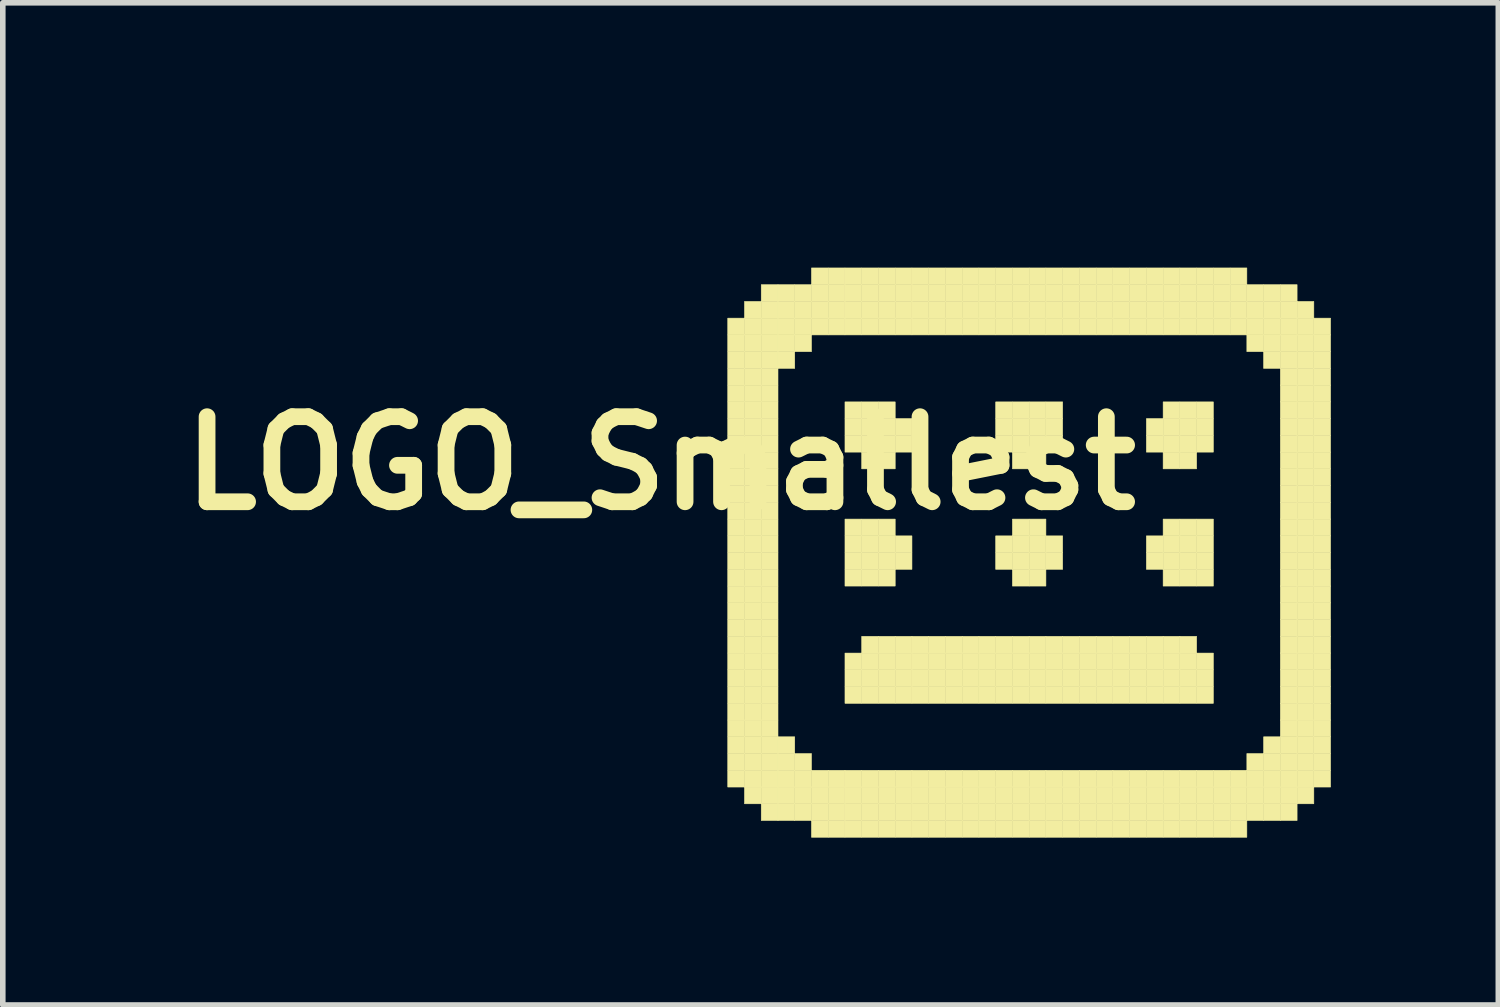
<source format=kicad_pcb>
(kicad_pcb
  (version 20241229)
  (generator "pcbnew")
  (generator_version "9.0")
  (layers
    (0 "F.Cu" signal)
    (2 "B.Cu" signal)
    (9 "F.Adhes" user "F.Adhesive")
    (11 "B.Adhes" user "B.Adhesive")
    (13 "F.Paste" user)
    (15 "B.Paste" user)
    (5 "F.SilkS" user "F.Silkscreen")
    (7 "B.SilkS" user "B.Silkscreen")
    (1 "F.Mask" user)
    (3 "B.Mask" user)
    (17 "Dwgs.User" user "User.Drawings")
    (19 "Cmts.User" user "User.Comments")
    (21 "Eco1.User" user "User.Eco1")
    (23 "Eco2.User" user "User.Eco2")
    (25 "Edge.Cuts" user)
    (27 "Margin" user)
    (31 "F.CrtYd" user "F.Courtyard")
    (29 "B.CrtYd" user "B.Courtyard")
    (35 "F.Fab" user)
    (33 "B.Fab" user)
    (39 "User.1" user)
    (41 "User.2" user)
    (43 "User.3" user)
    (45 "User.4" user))
  (footprint "LOGO_Smallest"
    (layer "F.Cu")
    (at 8.788 0.25)
    (property "Reference" "LOGO_Smallest" (at 0 5 0) (layer "F.SilkS") (effects (font (size 1.524 1.524) (thickness 0.3))))
    (attr through_hole)
    (fp_poly (pts (xy 1.2 2.4) (xy 1.5 2.4) (xy 1.5 2.7) (xy 1.2 2.7) (xy 1.2 2.4)) (stroke (width 0.01) (type solid)) (fill yes) (layer "F.SilkS"))
    (fp_poly (pts (xy 1.2 2.7) (xy 1.5 2.7) (xy 1.5 3) (xy 1.2 3) (xy 1.2 2.7)) (stroke (width 0.01) (type solid)) (fill yes) (layer "F.SilkS"))
    (fp_poly (pts (xy 1.2 3) (xy 1.5 3) (xy 1.5 3.3) (xy 1.2 3.3) (xy 1.2 3)) (stroke (width 0.01) (type solid)) (fill yes) (layer "F.SilkS"))
    (fp_poly (pts (xy 1.2 3.3) (xy 1.5 3.3) (xy 1.5 3.6) (xy 1.2 3.6) (xy 1.2 3.3)) (stroke (width 0.01) (type solid)) (fill yes) (layer "F.SilkS"))
    (fp_poly (pts (xy 1.2 3.6) (xy 1.5 3.6) (xy 1.5 3.9) (xy 1.2 3.9) (xy 1.2 3.6)) (stroke (width 0.01) (type solid)) (fill yes) (layer "F.SilkS"))
    (fp_poly (pts (xy 1.2 3.9) (xy 1.5 3.9) (xy 1.5 4.2) (xy 1.2 4.2) (xy 1.2 3.9)) (stroke (width 0.01) (type solid)) (fill yes) (layer "F.SilkS"))
    (fp_poly (pts (xy 1.2 4.2) (xy 1.5 4.2) (xy 1.5 4.5) (xy 1.2 4.5) (xy 1.2 4.2)) (stroke (width 0.01) (type solid)) (fill yes) (layer "F.SilkS"))
    (fp_poly (pts (xy 1.2 4.5) (xy 1.5 4.5) (xy 1.5 4.8) (xy 1.2 4.8) (xy 1.2 4.5)) (stroke (width 0.01) (type solid)) (fill yes) (layer "F.SilkS"))
    (fp_poly (pts (xy 1.2 4.8) (xy 1.5 4.8) (xy 1.5 5.1) (xy 1.2 5.1) (xy 1.2 4.8)) (stroke (width 0.01) (type solid)) (fill yes) (layer "F.SilkS"))
    (fp_poly (pts (xy 1.2 5.1) (xy 1.5 5.1) (xy 1.5 5.4) (xy 1.2 5.4) (xy 1.2 5.1)) (stroke (width 0.01) (type solid)) (fill yes) (layer "F.SilkS"))
    (fp_poly (pts (xy 1.2 5.4) (xy 1.5 5.4) (xy 1.5 5.7) (xy 1.2 5.7) (xy 1.2 5.4)) (stroke (width 0.01) (type solid)) (fill yes) (layer "F.SilkS"))
    (fp_poly (pts (xy 1.2 5.7) (xy 1.5 5.7) (xy 1.5 6) (xy 1.2 6) (xy 1.2 5.7)) (stroke (width 0.01) (type solid)) (fill yes) (layer "F.SilkS"))
    (fp_poly (pts (xy 1.2 6) (xy 1.5 6) (xy 1.5 6.3) (xy 1.2 6.3) (xy 1.2 6)) (stroke (width 0.01) (type solid)) (fill yes) (layer "F.SilkS"))
    (fp_poly (pts (xy 1.2 6.3) (xy 1.5 6.3) (xy 1.5 6.6) (xy 1.2 6.6) (xy 1.2 6.3)) (stroke (width 0.01) (type solid)) (fill yes) (layer "F.SilkS"))
    (fp_poly (pts (xy 1.2 6.6) (xy 1.5 6.6) (xy 1.5 6.9) (xy 1.2 6.9) (xy 1.2 6.6)) (stroke (width 0.01) (type solid)) (fill yes) (layer "F.SilkS"))
    (fp_poly (pts (xy 1.2 6.9) (xy 1.5 6.9) (xy 1.5 7.2) (xy 1.2 7.2) (xy 1.2 6.9)) (stroke (width 0.01) (type solid)) (fill yes) (layer "F.SilkS"))
    (fp_poly (pts (xy 1.2 7.2) (xy 1.5 7.2) (xy 1.5 7.5) (xy 1.2 7.5) (xy 1.2 7.2)) (stroke (width 0.01) (type solid)) (fill yes) (layer "F.SilkS"))
    (fp_poly (pts (xy 1.2 7.5) (xy 1.5 7.5) (xy 1.5 7.8) (xy 1.2 7.8) (xy 1.2 7.5)) (stroke (width 0.01) (type solid)) (fill yes) (layer "F.SilkS"))
    (fp_poly (pts (xy 1.2 7.8) (xy 1.5 7.8) (xy 1.5 8.1) (xy 1.2 8.1) (xy 1.2 7.8)) (stroke (width 0.01) (type solid)) (fill yes) (layer "F.SilkS"))
    (fp_poly (pts (xy 1.2 8.1) (xy 1.5 8.1) (xy 1.5 8.4) (xy 1.2 8.4) (xy 1.2 8.1)) (stroke (width 0.01) (type solid)) (fill yes) (layer "F.SilkS"))
    (fp_poly (pts (xy 1.2 8.4) (xy 1.5 8.4) (xy 1.5 8.7) (xy 1.2 8.7) (xy 1.2 8.4)) (stroke (width 0.01) (type solid)) (fill yes) (layer "F.SilkS"))
    (fp_poly (pts (xy 1.2 8.7) (xy 1.5 8.7) (xy 1.5 9) (xy 1.2 9) (xy 1.2 8.7)) (stroke (width 0.01) (type solid)) (fill yes) (layer "F.SilkS"))
    (fp_poly (pts (xy 1.2 9) (xy 1.5 9) (xy 1.5 9.3) (xy 1.2 9.3) (xy 1.2 9)) (stroke (width 0.01) (type solid)) (fill yes) (layer "F.SilkS"))
    (fp_poly (pts (xy 1.2 9.3) (xy 1.5 9.3) (xy 1.5 9.6) (xy 1.2 9.6) (xy 1.2 9.3)) (stroke (width 0.01) (type solid)) (fill yes) (layer "F.SilkS"))
    (fp_poly (pts (xy 1.2 9.6) (xy 1.5 9.6) (xy 1.5 9.9) (xy 1.2 9.9) (xy 1.2 9.6)) (stroke (width 0.01) (type solid)) (fill yes) (layer "F.SilkS"))
    (fp_poly (pts (xy 1.2 9.9) (xy 1.5 9.9) (xy 1.5 10.2) (xy 1.2 10.2) (xy 1.2 9.9)) (stroke (width 0.01) (type solid)) (fill yes) (layer "F.SilkS"))
    (fp_poly (pts (xy 1.2 10.2) (xy 1.5 10.2) (xy 1.5 10.5) (xy 1.2 10.5) (xy 1.2 10.2)) (stroke (width 0.01) (type solid)) (fill yes) (layer "F.SilkS"))
    (fp_poly (pts (xy 1.2 10.5) (xy 1.5 10.5) (xy 1.5 10.8) (xy 1.2 10.8) (xy 1.2 10.5)) (stroke (width 0.01) (type solid)) (fill yes) (layer "F.SilkS"))
    (fp_poly (pts (xy 1.5 2.1) (xy 1.8 2.1) (xy 1.8 2.4) (xy 1.5 2.4) (xy 1.5 2.1)) (stroke (width 0.01) (type solid)) (fill yes) (layer "F.SilkS"))
    (fp_poly (pts (xy 1.5 2.4) (xy 1.8 2.4) (xy 1.8 2.7) (xy 1.5 2.7) (xy 1.5 2.4)) (stroke (width 0.01) (type solid)) (fill yes) (layer "F.SilkS"))
    (fp_poly (pts (xy 1.5 2.7) (xy 1.8 2.7) (xy 1.8 3) (xy 1.5 3) (xy 1.5 2.7)) (stroke (width 0.01) (type solid)) (fill yes) (layer "F.SilkS"))
    (fp_poly (pts (xy 1.5 3) (xy 1.8 3) (xy 1.8 3.3) (xy 1.5 3.3) (xy 1.5 3)) (stroke (width 0.01) (type solid)) (fill yes) (layer "F.SilkS"))
    (fp_poly (pts (xy 1.5 3.3) (xy 1.8 3.3) (xy 1.8 3.6) (xy 1.5 3.6) (xy 1.5 3.3)) (stroke (width 0.01) (type solid)) (fill yes) (layer "F.SilkS"))
    (fp_poly (pts (xy 1.5 3.6) (xy 1.8 3.6) (xy 1.8 3.9) (xy 1.5 3.9) (xy 1.5 3.6)) (stroke (width 0.01) (type solid)) (fill yes) (layer "F.SilkS"))
    (fp_poly (pts (xy 1.5 3.9) (xy 1.8 3.9) (xy 1.8 4.2) (xy 1.5 4.2) (xy 1.5 3.9)) (stroke (width 0.01) (type solid)) (fill yes) (layer "F.SilkS"))
    (fp_poly (pts (xy 1.5 4.2) (xy 1.8 4.2) (xy 1.8 4.5) (xy 1.5 4.5) (xy 1.5 4.2)) (stroke (width 0.01) (type solid)) (fill yes) (layer "F.SilkS"))
    (fp_poly (pts (xy 1.5 4.5) (xy 1.8 4.5) (xy 1.8 4.8) (xy 1.5 4.8) (xy 1.5 4.5)) (stroke (width 0.01) (type solid)) (fill yes) (layer "F.SilkS"))
    (fp_poly (pts (xy 1.5 4.8) (xy 1.8 4.8) (xy 1.8 5.1) (xy 1.5 5.1) (xy 1.5 4.8)) (stroke (width 0.01) (type solid)) (fill yes) (layer "F.SilkS"))
    (fp_poly (pts (xy 1.5 5.1) (xy 1.8 5.1) (xy 1.8 5.4) (xy 1.5 5.4) (xy 1.5 5.1)) (stroke (width 0.01) (type solid)) (fill yes) (layer "F.SilkS"))
    (fp_poly (pts (xy 1.5 5.4) (xy 1.8 5.4) (xy 1.8 5.7) (xy 1.5 5.7) (xy 1.5 5.4)) (stroke (width 0.01) (type solid)) (fill yes) (layer "F.SilkS"))
    (fp_poly (pts (xy 1.5 5.7) (xy 1.8 5.7) (xy 1.8 6) (xy 1.5 6) (xy 1.5 5.7)) (stroke (width 0.01) (type solid)) (fill yes) (layer "F.SilkS"))
    (fp_poly (pts (xy 1.5 6) (xy 1.8 6) (xy 1.8 6.3) (xy 1.5 6.3) (xy 1.5 6)) (stroke (width 0.01) (type solid)) (fill yes) (layer "F.SilkS"))
    (fp_poly (pts (xy 1.5 6.3) (xy 1.8 6.3) (xy 1.8 6.6) (xy 1.5 6.6) (xy 1.5 6.3)) (stroke (width 0.01) (type solid)) (fill yes) (layer "F.SilkS"))
    (fp_poly (pts (xy 1.5 6.6) (xy 1.8 6.6) (xy 1.8 6.9) (xy 1.5 6.9) (xy 1.5 6.6)) (stroke (width 0.01) (type solid)) (fill yes) (layer "F.SilkS"))
    (fp_poly (pts (xy 1.5 6.9) (xy 1.8 6.9) (xy 1.8 7.2) (xy 1.5 7.2) (xy 1.5 6.9)) (stroke (width 0.01) (type solid)) (fill yes) (layer "F.SilkS"))
    (fp_poly (pts (xy 1.5 7.2) (xy 1.8 7.2) (xy 1.8 7.5) (xy 1.5 7.5) (xy 1.5 7.2)) (stroke (width 0.01) (type solid)) (fill yes) (layer "F.SilkS"))
    (fp_poly (pts (xy 1.5 7.5) (xy 1.8 7.5) (xy 1.8 7.8) (xy 1.5 7.8) (xy 1.5 7.5)) (stroke (width 0.01) (type solid)) (fill yes) (layer "F.SilkS"))
    (fp_poly (pts (xy 1.5 7.8) (xy 1.8 7.8) (xy 1.8 8.1) (xy 1.5 8.1) (xy 1.5 7.8)) (stroke (width 0.01) (type solid)) (fill yes) (layer "F.SilkS"))
    (fp_poly (pts (xy 1.5 8.1) (xy 1.8 8.1) (xy 1.8 8.4) (xy 1.5 8.4) (xy 1.5 8.1)) (stroke (width 0.01) (type solid)) (fill yes) (layer "F.SilkS"))
    (fp_poly (pts (xy 1.5 8.4) (xy 1.8 8.4) (xy 1.8 8.7) (xy 1.5 8.7) (xy 1.5 8.4)) (stroke (width 0.01) (type solid)) (fill yes) (layer "F.SilkS"))
    (fp_poly (pts (xy 1.5 8.7) (xy 1.8 8.7) (xy 1.8 9) (xy 1.5 9) (xy 1.5 8.7)) (stroke (width 0.01) (type solid)) (fill yes) (layer "F.SilkS"))
    (fp_poly (pts (xy 1.5 9) (xy 1.8 9) (xy 1.8 9.3) (xy 1.5 9.3) (xy 1.5 9)) (stroke (width 0.01) (type solid)) (fill yes) (layer "F.SilkS"))
    (fp_poly (pts (xy 1.5 9.3) (xy 1.8 9.3) (xy 1.8 9.6) (xy 1.5 9.6) (xy 1.5 9.3)) (stroke (width 0.01) (type solid)) (fill yes) (layer "F.SilkS"))
    (fp_poly (pts (xy 1.5 9.6) (xy 1.8 9.6) (xy 1.8 9.9) (xy 1.5 9.9) (xy 1.5 9.6)) (stroke (width 0.01) (type solid)) (fill yes) (layer "F.SilkS"))
    (fp_poly (pts (xy 1.5 9.9) (xy 1.8 9.9) (xy 1.8 10.2) (xy 1.5 10.2) (xy 1.5 9.9)) (stroke (width 0.01) (type solid)) (fill yes) (layer "F.SilkS"))
    (fp_poly (pts (xy 1.5 10.2) (xy 1.8 10.2) (xy 1.8 10.5) (xy 1.5 10.5) (xy 1.5 10.2)) (stroke (width 0.01) (type solid)) (fill yes) (layer "F.SilkS"))
    (fp_poly (pts (xy 1.5 10.5) (xy 1.8 10.5) (xy 1.8 10.8) (xy 1.5 10.8) (xy 1.5 10.5)) (stroke (width 0.01) (type solid)) (fill yes) (layer "F.SilkS"))
    (fp_poly (pts (xy 1.5 10.8) (xy 1.8 10.8) (xy 1.8 11.1) (xy 1.5 11.1) (xy 1.5 10.8)) (stroke (width 0.01) (type solid)) (fill yes) (layer "F.SilkS"))
    (fp_poly (pts (xy 1.8 1.8) (xy 2.1 1.8) (xy 2.1 2.1) (xy 1.8 2.1) (xy 1.8 1.8)) (stroke (width 0.01) (type solid)) (fill yes) (layer "F.SilkS"))
    (fp_poly (pts (xy 1.8 2.1) (xy 2.1 2.1) (xy 2.1 2.4) (xy 1.8 2.4) (xy 1.8 2.1)) (stroke (width 0.01) (type solid)) (fill yes) (layer "F.SilkS"))
    (fp_poly (pts (xy 1.8 2.4) (xy 2.1 2.4) (xy 2.1 2.7) (xy 1.8 2.7) (xy 1.8 2.4)) (stroke (width 0.01) (type solid)) (fill yes) (layer "F.SilkS"))
    (fp_poly (pts (xy 1.8 2.7) (xy 2.1 2.7) (xy 2.1 3) (xy 1.8 3) (xy 1.8 2.7)) (stroke (width 0.01) (type solid)) (fill yes) (layer "F.SilkS"))
    (fp_poly (pts (xy 1.8 3) (xy 2.1 3) (xy 2.1 3.3) (xy 1.8 3.3) (xy 1.8 3)) (stroke (width 0.01) (type solid)) (fill yes) (layer "F.SilkS"))
    (fp_poly (pts (xy 1.8 3.3) (xy 2.1 3.3) (xy 2.1 3.6) (xy 1.8 3.6) (xy 1.8 3.3)) (stroke (width 0.01) (type solid)) (fill yes) (layer "F.SilkS"))
    (fp_poly (pts (xy 1.8 3.6) (xy 2.1 3.6) (xy 2.1 3.9) (xy 1.8 3.9) (xy 1.8 3.6)) (stroke (width 0.01) (type solid)) (fill yes) (layer "F.SilkS"))
    (fp_poly (pts (xy 1.8 3.9) (xy 2.1 3.9) (xy 2.1 4.2) (xy 1.8 4.2) (xy 1.8 3.9)) (stroke (width 0.01) (type solid)) (fill yes) (layer "F.SilkS"))
    (fp_poly (pts (xy 1.8 4.2) (xy 2.1 4.2) (xy 2.1 4.5) (xy 1.8 4.5) (xy 1.8 4.2)) (stroke (width 0.01) (type solid)) (fill yes) (layer "F.SilkS"))
    (fp_poly (pts (xy 1.8 4.5) (xy 2.1 4.5) (xy 2.1 4.8) (xy 1.8 4.8) (xy 1.8 4.5)) (stroke (width 0.01) (type solid)) (fill yes) (layer "F.SilkS"))
    (fp_poly (pts (xy 1.8 4.8) (xy 2.1 4.8) (xy 2.1 5.1) (xy 1.8 5.1) (xy 1.8 4.8)) (stroke (width 0.01) (type solid)) (fill yes) (layer "F.SilkS"))
    (fp_poly (pts (xy 1.8 5.1) (xy 2.1 5.1) (xy 2.1 5.4) (xy 1.8 5.4) (xy 1.8 5.1)) (stroke (width 0.01) (type solid)) (fill yes) (layer "F.SilkS"))
    (fp_poly (pts (xy 1.8 5.4) (xy 2.1 5.4) (xy 2.1 5.7) (xy 1.8 5.7) (xy 1.8 5.4)) (stroke (width 0.01) (type solid)) (fill yes) (layer "F.SilkS"))
    (fp_poly (pts (xy 1.8 5.7) (xy 2.1 5.7) (xy 2.1 6) (xy 1.8 6) (xy 1.8 5.7)) (stroke (width 0.01) (type solid)) (fill yes) (layer "F.SilkS"))
    (fp_poly (pts (xy 1.8 6) (xy 2.1 6) (xy 2.1 6.3) (xy 1.8 6.3) (xy 1.8 6)) (stroke (width 0.01) (type solid)) (fill yes) (layer "F.SilkS"))
    (fp_poly (pts (xy 1.8 6.3) (xy 2.1 6.3) (xy 2.1 6.6) (xy 1.8 6.6) (xy 1.8 6.3)) (stroke (width 0.01) (type solid)) (fill yes) (layer "F.SilkS"))
    (fp_poly (pts (xy 1.8 6.6) (xy 2.1 6.6) (xy 2.1 6.9) (xy 1.8 6.9) (xy 1.8 6.6)) (stroke (width 0.01) (type solid)) (fill yes) (layer "F.SilkS"))
    (fp_poly (pts (xy 1.8 6.9) (xy 2.1 6.9) (xy 2.1 7.2) (xy 1.8 7.2) (xy 1.8 6.9)) (stroke (width 0.01) (type solid)) (fill yes) (layer "F.SilkS"))
    (fp_poly (pts (xy 1.8 7.2) (xy 2.1 7.2) (xy 2.1 7.5) (xy 1.8 7.5) (xy 1.8 7.2)) (stroke (width 0.01) (type solid)) (fill yes) (layer "F.SilkS"))
    (fp_poly (pts (xy 1.8 7.5) (xy 2.1 7.5) (xy 2.1 7.8) (xy 1.8 7.8) (xy 1.8 7.5)) (stroke (width 0.01) (type solid)) (fill yes) (layer "F.SilkS"))
    (fp_poly (pts (xy 1.8 7.8) (xy 2.1 7.8) (xy 2.1 8.1) (xy 1.8 8.1) (xy 1.8 7.8)) (stroke (width 0.01) (type solid)) (fill yes) (layer "F.SilkS"))
    (fp_poly (pts (xy 1.8 8.1) (xy 2.1 8.1) (xy 2.1 8.4) (xy 1.8 8.4) (xy 1.8 8.1)) (stroke (width 0.01) (type solid)) (fill yes) (layer "F.SilkS"))
    (fp_poly (pts (xy 1.8 8.4) (xy 2.1 8.4) (xy 2.1 8.7) (xy 1.8 8.7) (xy 1.8 8.4)) (stroke (width 0.01) (type solid)) (fill yes) (layer "F.SilkS"))
    (fp_poly (pts (xy 1.8 8.7) (xy 2.1 8.7) (xy 2.1 9) (xy 1.8 9) (xy 1.8 8.7)) (stroke (width 0.01) (type solid)) (fill yes) (layer "F.SilkS"))
    (fp_poly (pts (xy 1.8 9) (xy 2.1 9) (xy 2.1 9.3) (xy 1.8 9.3) (xy 1.8 9)) (stroke (width 0.01) (type solid)) (fill yes) (layer "F.SilkS"))
    (fp_poly (pts (xy 1.8 9.3) (xy 2.1 9.3) (xy 2.1 9.6) (xy 1.8 9.6) (xy 1.8 9.3)) (stroke (width 0.01) (type solid)) (fill yes) (layer "F.SilkS"))
    (fp_poly (pts (xy 1.8 9.6) (xy 2.1 9.6) (xy 2.1 9.9) (xy 1.8 9.9) (xy 1.8 9.6)) (stroke (width 0.01) (type solid)) (fill yes) (layer "F.SilkS"))
    (fp_poly (pts (xy 1.8 9.9) (xy 2.1 9.9) (xy 2.1 10.2) (xy 1.8 10.2) (xy 1.8 9.9)) (stroke (width 0.01) (type solid)) (fill yes) (layer "F.SilkS"))
    (fp_poly (pts (xy 1.8 10.2) (xy 2.1 10.2) (xy 2.1 10.5) (xy 1.8 10.5) (xy 1.8 10.2)) (stroke (width 0.01) (type solid)) (fill yes) (layer "F.SilkS"))
    (fp_poly (pts (xy 1.8 10.5) (xy 2.1 10.5) (xy 2.1 10.8) (xy 1.8 10.8) (xy 1.8 10.5)) (stroke (width 0.01) (type solid)) (fill yes) (layer "F.SilkS"))
    (fp_poly (pts (xy 1.8 10.8) (xy 2.1 10.8) (xy 2.1 11.1) (xy 1.8 11.1) (xy 1.8 10.8)) (stroke (width 0.01) (type solid)) (fill yes) (layer "F.SilkS"))
    (fp_poly (pts (xy 1.8 11.1) (xy 2.1 11.1) (xy 2.1 11.4) (xy 1.8 11.4) (xy 1.8 11.1)) (stroke (width 0.01) (type solid)) (fill yes) (layer "F.SilkS"))
    (fp_poly (pts (xy 2.1 1.8) (xy 2.4 1.8) (xy 2.4 2.1) (xy 2.1 2.1) (xy 2.1 1.8)) (stroke (width 0.01) (type solid)) (fill yes) (layer "F.SilkS"))
    (fp_poly (pts (xy 2.1 2.1) (xy 2.4 2.1) (xy 2.4 2.4) (xy 2.1 2.4) (xy 2.1 2.1)) (stroke (width 0.01) (type solid)) (fill yes) (layer "F.SilkS"))
    (fp_poly (pts (xy 2.1 2.4) (xy 2.4 2.4) (xy 2.4 2.7) (xy 2.1 2.7) (xy 2.1 2.4)) (stroke (width 0.01) (type solid)) (fill yes) (layer "F.SilkS"))
    (fp_poly (pts (xy 2.1 2.7) (xy 2.4 2.7) (xy 2.4 3) (xy 2.1 3) (xy 2.1 2.7)) (stroke (width 0.01) (type solid)) (fill yes) (layer "F.SilkS"))
    (fp_poly (pts (xy 2.1 3) (xy 2.4 3) (xy 2.4 3.3) (xy 2.1 3.3) (xy 2.1 3)) (stroke (width 0.01) (type solid)) (fill yes) (layer "F.SilkS"))
    (fp_poly (pts (xy 2.1 9.9) (xy 2.4 9.9) (xy 2.4 10.2) (xy 2.1 10.2) (xy 2.1 9.9)) (stroke (width 0.01) (type solid)) (fill yes) (layer "F.SilkS"))
    (fp_poly (pts (xy 2.1 10.2) (xy 2.4 10.2) (xy 2.4 10.5) (xy 2.1 10.5) (xy 2.1 10.2)) (stroke (width 0.01) (type solid)) (fill yes) (layer "F.SilkS"))
    (fp_poly (pts (xy 2.1 10.5) (xy 2.4 10.5) (xy 2.4 10.8) (xy 2.1 10.8) (xy 2.1 10.5)) (stroke (width 0.01) (type solid)) (fill yes) (layer "F.SilkS"))
    (fp_poly (pts (xy 2.1 10.8) (xy 2.4 10.8) (xy 2.4 11.1) (xy 2.1 11.1) (xy 2.1 10.8)) (stroke (width 0.01) (type solid)) (fill yes) (layer "F.SilkS"))
    (fp_poly (pts (xy 2.1 11.1) (xy 2.4 11.1) (xy 2.4 11.4) (xy 2.1 11.4) (xy 2.1 11.1)) (stroke (width 0.01) (type solid)) (fill yes) (layer "F.SilkS"))
    (fp_poly (pts (xy 2.4 1.8) (xy 2.7 1.8) (xy 2.7 2.1) (xy 2.4 2.1) (xy 2.4 1.8)) (stroke (width 0.01) (type solid)) (fill yes) (layer "F.SilkS"))
    (fp_poly (pts (xy 2.4 2.1) (xy 2.7 2.1) (xy 2.7 2.4) (xy 2.4 2.4) (xy 2.4 2.1)) (stroke (width 0.01) (type solid)) (fill yes) (layer "F.SilkS"))
    (fp_poly (pts (xy 2.4 2.4) (xy 2.7 2.4) (xy 2.7 2.7) (xy 2.4 2.7) (xy 2.4 2.4)) (stroke (width 0.01) (type solid)) (fill yes) (layer "F.SilkS"))
    (fp_poly (pts (xy 2.4 2.7) (xy 2.7 2.7) (xy 2.7 3) (xy 2.4 3) (xy 2.4 2.7)) (stroke (width 0.01) (type solid)) (fill yes) (layer "F.SilkS"))
    (fp_poly (pts (xy 2.4 10.2) (xy 2.7 10.2) (xy 2.7 10.5) (xy 2.4 10.5) (xy 2.4 10.2)) (stroke (width 0.01) (type solid)) (fill yes) (layer "F.SilkS"))
    (fp_poly (pts (xy 2.4 10.5) (xy 2.7 10.5) (xy 2.7 10.8) (xy 2.4 10.8) (xy 2.4 10.5)) (stroke (width 0.01) (type solid)) (fill yes) (layer "F.SilkS"))
    (fp_poly (pts (xy 2.4 10.8) (xy 2.7 10.8) (xy 2.7 11.1) (xy 2.4 11.1) (xy 2.4 10.8)) (stroke (width 0.01) (type solid)) (fill yes) (layer "F.SilkS"))
    (fp_poly (pts (xy 2.4 11.1) (xy 2.7 11.1) (xy 2.7 11.4) (xy 2.4 11.4) (xy 2.4 11.1)) (stroke (width 0.01) (type solid)) (fill yes) (layer "F.SilkS"))
    (fp_poly (pts (xy 2.7 1.5) (xy 3 1.5) (xy 3 1.8) (xy 2.7 1.8) (xy 2.7 1.5)) (stroke (width 0.01) (type solid)) (fill yes) (layer "F.SilkS"))
    (fp_poly (pts (xy 2.7 1.8) (xy 3 1.8) (xy 3 2.1) (xy 2.7 2.1) (xy 2.7 1.8)) (stroke (width 0.01) (type solid)) (fill yes) (layer "F.SilkS"))
    (fp_poly (pts (xy 2.7 2.1) (xy 3 2.1) (xy 3 2.4) (xy 2.7 2.4) (xy 2.7 2.1)) (stroke (width 0.01) (type solid)) (fill yes) (layer "F.SilkS"))
    (fp_poly (pts (xy 2.7 2.4) (xy 3 2.4) (xy 3 2.7) (xy 2.7 2.7) (xy 2.7 2.4)) (stroke (width 0.01) (type solid)) (fill yes) (layer "F.SilkS"))
    (fp_poly (pts (xy 2.7 10.5) (xy 3 10.5) (xy 3 10.8) (xy 2.7 10.8) (xy 2.7 10.5)) (stroke (width 0.01) (type solid)) (fill yes) (layer "F.SilkS"))
    (fp_poly (pts (xy 2.7 10.8) (xy 3 10.8) (xy 3 11.1) (xy 2.7 11.1) (xy 2.7 10.8)) (stroke (width 0.01) (type solid)) (fill yes) (layer "F.SilkS"))
    (fp_poly (pts (xy 2.7 11.1) (xy 3 11.1) (xy 3 11.4) (xy 2.7 11.4) (xy 2.7 11.1)) (stroke (width 0.01) (type solid)) (fill yes) (layer "F.SilkS"))
    (fp_poly (pts (xy 2.7 11.4) (xy 3 11.4) (xy 3 11.7) (xy 2.7 11.7) (xy 2.7 11.4)) (stroke (width 0.01) (type solid)) (fill yes) (layer "F.SilkS"))
    (fp_poly (pts (xy 3 1.5) (xy 3.3 1.5) (xy 3.3 1.8) (xy 3 1.8) (xy 3 1.5)) (stroke (width 0.01) (type solid)) (fill yes) (layer "F.SilkS"))
    (fp_poly (pts (xy 3 1.8) (xy 3.3 1.8) (xy 3.3 2.1) (xy 3 2.1) (xy 3 1.8)) (stroke (width 0.01) (type solid)) (fill yes) (layer "F.SilkS"))
    (fp_poly (pts (xy 3 2.1) (xy 3.3 2.1) (xy 3.3 2.4) (xy 3 2.4) (xy 3 2.1)) (stroke (width 0.01) (type solid)) (fill yes) (layer "F.SilkS"))
    (fp_poly (pts (xy 3 2.4) (xy 3.3 2.4) (xy 3.3 2.7) (xy 3 2.7) (xy 3 2.4)) (stroke (width 0.01) (type solid)) (fill yes) (layer "F.SilkS"))
    (fp_poly (pts (xy 3 10.5) (xy 3.3 10.5) (xy 3.3 10.8) (xy 3 10.8) (xy 3 10.5)) (stroke (width 0.01) (type solid)) (fill yes) (layer "F.SilkS"))
    (fp_poly (pts (xy 3 10.8) (xy 3.3 10.8) (xy 3.3 11.1) (xy 3 11.1) (xy 3 10.8)) (stroke (width 0.01) (type solid)) (fill yes) (layer "F.SilkS"))
    (fp_poly (pts (xy 3 11.1) (xy 3.3 11.1) (xy 3.3 11.4) (xy 3 11.4) (xy 3 11.1)) (stroke (width 0.01) (type solid)) (fill yes) (layer "F.SilkS"))
    (fp_poly (pts (xy 3 11.4) (xy 3.3 11.4) (xy 3.3 11.7) (xy 3 11.7) (xy 3 11.4)) (stroke (width 0.01) (type solid)) (fill yes) (layer "F.SilkS"))
    (fp_poly (pts (xy 3.3 1.5) (xy 3.6 1.5) (xy 3.6 1.8) (xy 3.3 1.8) (xy 3.3 1.5)) (stroke (width 0.01) (type solid)) (fill yes) (layer "F.SilkS"))
    (fp_poly (pts (xy 3.3 1.8) (xy 3.6 1.8) (xy 3.6 2.1) (xy 3.3 2.1) (xy 3.3 1.8)) (stroke (width 0.01) (type solid)) (fill yes) (layer "F.SilkS"))
    (fp_poly (pts (xy 3.3 2.1) (xy 3.6 2.1) (xy 3.6 2.4) (xy 3.3 2.4) (xy 3.3 2.1)) (stroke (width 0.01) (type solid)) (fill yes) (layer "F.SilkS"))
    (fp_poly (pts (xy 3.3 2.4) (xy 3.6 2.4) (xy 3.6 2.7) (xy 3.3 2.7) (xy 3.3 2.4)) (stroke (width 0.01) (type solid)) (fill yes) (layer "F.SilkS"))
    (fp_poly (pts (xy 3.3 3.9) (xy 3.6 3.9) (xy 3.6 4.2) (xy 3.3 4.2) (xy 3.3 3.9)) (stroke (width 0.01) (type solid)) (fill yes) (layer "F.SilkS"))
    (fp_poly (pts (xy 3.3 4.2) (xy 3.6 4.2) (xy 3.6 4.5) (xy 3.3 4.5) (xy 3.3 4.2)) (stroke (width 0.01) (type solid)) (fill yes) (layer "F.SilkS"))
    (fp_poly (pts (xy 3.3 4.5) (xy 3.6 4.5) (xy 3.6 4.8) (xy 3.3 4.8) (xy 3.3 4.5)) (stroke (width 0.01) (type solid)) (fill yes) (layer "F.SilkS"))
    (fp_poly (pts (xy 3.3 6) (xy 3.6 6) (xy 3.6 6.3) (xy 3.3 6.3) (xy 3.3 6)) (stroke (width 0.01) (type solid)) (fill yes) (layer "F.SilkS"))
    (fp_poly (pts (xy 3.3 6.3) (xy 3.6 6.3) (xy 3.6 6.6) (xy 3.3 6.6) (xy 3.3 6.3)) (stroke (width 0.01) (type solid)) (fill yes) (layer "F.SilkS"))
    (fp_poly (pts (xy 3.3 6.6) (xy 3.6 6.6) (xy 3.6 6.9) (xy 3.3 6.9) (xy 3.3 6.6)) (stroke (width 0.01) (type solid)) (fill yes) (layer "F.SilkS"))
    (fp_poly (pts (xy 3.3 6.9) (xy 3.6 6.9) (xy 3.6 7.2) (xy 3.3 7.2) (xy 3.3 6.9)) (stroke (width 0.01) (type solid)) (fill yes) (layer "F.SilkS"))
    (fp_poly (pts (xy 3.3 8.4) (xy 3.6 8.4) (xy 3.6 8.7) (xy 3.3 8.7) (xy 3.3 8.4)) (stroke (width 0.01) (type solid)) (fill yes) (layer "F.SilkS"))
    (fp_poly (pts (xy 3.3 8.7) (xy 3.6 8.7) (xy 3.6 9) (xy 3.3 9) (xy 3.3 8.7)) (stroke (width 0.01) (type solid)) (fill yes) (layer "F.SilkS"))
    (fp_poly (pts (xy 3.3 9) (xy 3.6 9) (xy 3.6 9.3) (xy 3.3 9.3) (xy 3.3 9)) (stroke (width 0.01) (type solid)) (fill yes) (layer "F.SilkS"))
    (fp_poly (pts (xy 3.3 10.5) (xy 3.6 10.5) (xy 3.6 10.8) (xy 3.3 10.8) (xy 3.3 10.5)) (stroke (width 0.01) (type solid)) (fill yes) (layer "F.SilkS"))
    (fp_poly (pts (xy 3.3 10.8) (xy 3.6 10.8) (xy 3.6 11.1) (xy 3.3 11.1) (xy 3.3 10.8)) (stroke (width 0.01) (type solid)) (fill yes) (layer "F.SilkS"))
    (fp_poly (pts (xy 3.3 11.1) (xy 3.6 11.1) (xy 3.6 11.4) (xy 3.3 11.4) (xy 3.3 11.1)) (stroke (width 0.01) (type solid)) (fill yes) (layer "F.SilkS"))
    (fp_poly (pts (xy 3.3 11.4) (xy 3.6 11.4) (xy 3.6 11.7) (xy 3.3 11.7) (xy 3.3 11.4)) (stroke (width 0.01) (type solid)) (fill yes) (layer "F.SilkS"))
    (fp_poly (pts (xy 3.6 1.5) (xy 3.9 1.5) (xy 3.9 1.8) (xy 3.6 1.8) (xy 3.6 1.5)) (stroke (width 0.01) (type solid)) (fill yes) (layer "F.SilkS"))
    (fp_poly (pts (xy 3.6 1.8) (xy 3.9 1.8) (xy 3.9 2.1) (xy 3.6 2.1) (xy 3.6 1.8)) (stroke (width 0.01) (type solid)) (fill yes) (layer "F.SilkS"))
    (fp_poly (pts (xy 3.6 2.1) (xy 3.9 2.1) (xy 3.9 2.4) (xy 3.6 2.4) (xy 3.6 2.1)) (stroke (width 0.01) (type solid)) (fill yes) (layer "F.SilkS"))
    (fp_poly (pts (xy 3.6 2.4) (xy 3.9 2.4) (xy 3.9 2.7) (xy 3.6 2.7) (xy 3.6 2.4)) (stroke (width 0.01) (type solid)) (fill yes) (layer "F.SilkS"))
    (fp_poly (pts (xy 3.6 3.9) (xy 3.9 3.9) (xy 3.9 4.2) (xy 3.6 4.2) (xy 3.6 3.9)) (stroke (width 0.01) (type solid)) (fill yes) (layer "F.SilkS"))
    (fp_poly (pts (xy 3.6 4.2) (xy 3.9 4.2) (xy 3.9 4.5) (xy 3.6 4.5) (xy 3.6 4.2)) (stroke (width 0.01) (type solid)) (fill yes) (layer "F.SilkS"))
    (fp_poly (pts (xy 3.6 4.5) (xy 3.9 4.5) (xy 3.9 4.8) (xy 3.6 4.8) (xy 3.6 4.5)) (stroke (width 0.01) (type solid)) (fill yes) (layer "F.SilkS"))
    (fp_poly (pts (xy 3.6 4.8) (xy 3.9 4.8) (xy 3.9 5.1) (xy 3.6 5.1) (xy 3.6 4.8)) (stroke (width 0.01) (type solid)) (fill yes) (layer "F.SilkS"))
    (fp_poly (pts (xy 3.6 6) (xy 3.9 6) (xy 3.9 6.3) (xy 3.6 6.3) (xy 3.6 6)) (stroke (width 0.01) (type solid)) (fill yes) (layer "F.SilkS"))
    (fp_poly (pts (xy 3.6 6.3) (xy 3.9 6.3) (xy 3.9 6.6) (xy 3.6 6.6) (xy 3.6 6.3)) (stroke (width 0.01) (type solid)) (fill yes) (layer "F.SilkS"))
    (fp_poly (pts (xy 3.6 6.6) (xy 3.9 6.6) (xy 3.9 6.9) (xy 3.6 6.9) (xy 3.6 6.6)) (stroke (width 0.01) (type solid)) (fill yes) (layer "F.SilkS"))
    (fp_poly (pts (xy 3.6 6.9) (xy 3.9 6.9) (xy 3.9 7.2) (xy 3.6 7.2) (xy 3.6 6.9)) (stroke (width 0.01) (type solid)) (fill yes) (layer "F.SilkS"))
    (fp_poly (pts (xy 3.6 8.1) (xy 3.9 8.1) (xy 3.9 8.4) (xy 3.6 8.4) (xy 3.6 8.1)) (stroke (width 0.01) (type solid)) (fill yes) (layer "F.SilkS"))
    (fp_poly (pts (xy 3.6 8.4) (xy 3.9 8.4) (xy 3.9 8.7) (xy 3.6 8.7) (xy 3.6 8.4)) (stroke (width 0.01) (type solid)) (fill yes) (layer "F.SilkS"))
    (fp_poly (pts (xy 3.6 8.7) (xy 3.9 8.7) (xy 3.9 9) (xy 3.6 9) (xy 3.6 8.7)) (stroke (width 0.01) (type solid)) (fill yes) (layer "F.SilkS"))
    (fp_poly (pts (xy 3.6 9) (xy 3.9 9) (xy 3.9 9.3) (xy 3.6 9.3) (xy 3.6 9)) (stroke (width 0.01) (type solid)) (fill yes) (layer "F.SilkS"))
    (fp_poly (pts (xy 3.6 10.5) (xy 3.9 10.5) (xy 3.9 10.8) (xy 3.6 10.8) (xy 3.6 10.5)) (stroke (width 0.01) (type solid)) (fill yes) (layer "F.SilkS"))
    (fp_poly (pts (xy 3.6 10.8) (xy 3.9 10.8) (xy 3.9 11.1) (xy 3.6 11.1) (xy 3.6 10.8)) (stroke (width 0.01) (type solid)) (fill yes) (layer "F.SilkS"))
    (fp_poly (pts (xy 3.6 11.1) (xy 3.9 11.1) (xy 3.9 11.4) (xy 3.6 11.4) (xy 3.6 11.1)) (stroke (width 0.01) (type solid)) (fill yes) (layer "F.SilkS"))
    (fp_poly (pts (xy 3.6 11.4) (xy 3.9 11.4) (xy 3.9 11.7) (xy 3.6 11.7) (xy 3.6 11.4)) (stroke (width 0.01) (type solid)) (fill yes) (layer "F.SilkS"))
    (fp_poly (pts (xy 3.9 1.5) (xy 4.2 1.5) (xy 4.2 1.8) (xy 3.9 1.8) (xy 3.9 1.5)) (stroke (width 0.01) (type solid)) (fill yes) (layer "F.SilkS"))
    (fp_poly (pts (xy 3.9 1.8) (xy 4.2 1.8) (xy 4.2 2.1) (xy 3.9 2.1) (xy 3.9 1.8)) (stroke (width 0.01) (type solid)) (fill yes) (layer "F.SilkS"))
    (fp_poly (pts (xy 3.9 2.1) (xy 4.2 2.1) (xy 4.2 2.4) (xy 3.9 2.4) (xy 3.9 2.1)) (stroke (width 0.01) (type solid)) (fill yes) (layer "F.SilkS"))
    (fp_poly (pts (xy 3.9 2.4) (xy 4.2 2.4) (xy 4.2 2.7) (xy 3.9 2.7) (xy 3.9 2.4)) (stroke (width 0.01) (type solid)) (fill yes) (layer "F.SilkS"))
    (fp_poly (pts (xy 3.9 3.9) (xy 4.2 3.9) (xy 4.2 4.2) (xy 3.9 4.2) (xy 3.9 3.9)) (stroke (width 0.01) (type solid)) (fill yes) (layer "F.SilkS"))
    (fp_poly (pts (xy 3.9 4.2) (xy 4.2 4.2) (xy 4.2 4.5) (xy 3.9 4.5) (xy 3.9 4.2)) (stroke (width 0.01) (type solid)) (fill yes) (layer "F.SilkS"))
    (fp_poly (pts (xy 3.9 4.5) (xy 4.2 4.5) (xy 4.2 4.8) (xy 3.9 4.8) (xy 3.9 4.5)) (stroke (width 0.01) (type solid)) (fill yes) (layer "F.SilkS"))
    (fp_poly (pts (xy 3.9 4.8) (xy 4.2 4.8) (xy 4.2 5.1) (xy 3.9 5.1) (xy 3.9 4.8)) (stroke (width 0.01) (type solid)) (fill yes) (layer "F.SilkS"))
    (fp_poly (pts (xy 3.9 6) (xy 4.2 6) (xy 4.2 6.3) (xy 3.9 6.3) (xy 3.9 6)) (stroke (width 0.01) (type solid)) (fill yes) (layer "F.SilkS"))
    (fp_poly (pts (xy 3.9 6.3) (xy 4.2 6.3) (xy 4.2 6.6) (xy 3.9 6.6) (xy 3.9 6.3)) (stroke (width 0.01) (type solid)) (fill yes) (layer "F.SilkS"))
    (fp_poly (pts (xy 3.9 6.6) (xy 4.2 6.6) (xy 4.2 6.9) (xy 3.9 6.9) (xy 3.9 6.6)) (stroke (width 0.01) (type solid)) (fill yes) (layer "F.SilkS"))
    (fp_poly (pts (xy 3.9 6.9) (xy 4.2 6.9) (xy 4.2 7.2) (xy 3.9 7.2) (xy 3.9 6.9)) (stroke (width 0.01) (type solid)) (fill yes) (layer "F.SilkS"))
    (fp_poly (pts (xy 3.9 8.1) (xy 4.2 8.1) (xy 4.2 8.4) (xy 3.9 8.4) (xy 3.9 8.1)) (stroke (width 0.01) (type solid)) (fill yes) (layer "F.SilkS"))
    (fp_poly (pts (xy 3.9 8.4) (xy 4.2 8.4) (xy 4.2 8.7) (xy 3.9 8.7) (xy 3.9 8.4)) (stroke (width 0.01) (type solid)) (fill yes) (layer "F.SilkS"))
    (fp_poly (pts (xy 3.9 8.7) (xy 4.2 8.7) (xy 4.2 9) (xy 3.9 9) (xy 3.9 8.7)) (stroke (width 0.01) (type solid)) (fill yes) (layer "F.SilkS"))
    (fp_poly (pts (xy 3.9 9) (xy 4.2 9) (xy 4.2 9.3) (xy 3.9 9.3) (xy 3.9 9)) (stroke (width 0.01) (type solid)) (fill yes) (layer "F.SilkS"))
    (fp_poly (pts (xy 3.9 10.5) (xy 4.2 10.5) (xy 4.2 10.8) (xy 3.9 10.8) (xy 3.9 10.5)) (stroke (width 0.01) (type solid)) (fill yes) (layer "F.SilkS"))
    (fp_poly (pts (xy 3.9 10.8) (xy 4.2 10.8) (xy 4.2 11.1) (xy 3.9 11.1) (xy 3.9 10.8)) (stroke (width 0.01) (type solid)) (fill yes) (layer "F.SilkS"))
    (fp_poly (pts (xy 3.9 11.1) (xy 4.2 11.1) (xy 4.2 11.4) (xy 3.9 11.4) (xy 3.9 11.1)) (stroke (width 0.01) (type solid)) (fill yes) (layer "F.SilkS"))
    (fp_poly (pts (xy 3.9 11.4) (xy 4.2 11.4) (xy 4.2 11.7) (xy 3.9 11.7) (xy 3.9 11.4)) (stroke (width 0.01) (type solid)) (fill yes) (layer "F.SilkS"))
    (fp_poly (pts (xy 4.2 1.5) (xy 4.5 1.5) (xy 4.5 1.8) (xy 4.2 1.8) (xy 4.2 1.5)) (stroke (width 0.01) (type solid)) (fill yes) (layer "F.SilkS"))
    (fp_poly (pts (xy 4.2 1.8) (xy 4.5 1.8) (xy 4.5 2.1) (xy 4.2 2.1) (xy 4.2 1.8)) (stroke (width 0.01) (type solid)) (fill yes) (layer "F.SilkS"))
    (fp_poly (pts (xy 4.2 2.1) (xy 4.5 2.1) (xy 4.5 2.4) (xy 4.2 2.4) (xy 4.2 2.1)) (stroke (width 0.01) (type solid)) (fill yes) (layer "F.SilkS"))
    (fp_poly (pts (xy 4.2 2.4) (xy 4.5 2.4) (xy 4.5 2.7) (xy 4.2 2.7) (xy 4.2 2.4)) (stroke (width 0.01) (type solid)) (fill yes) (layer "F.SilkS"))
    (fp_poly (pts (xy 4.2 4.2) (xy 4.5 4.2) (xy 4.5 4.5) (xy 4.2 4.5) (xy 4.2 4.2)) (stroke (width 0.01) (type solid)) (fill yes) (layer "F.SilkS"))
    (fp_poly (pts (xy 4.2 4.5) (xy 4.5 4.5) (xy 4.5 4.8) (xy 4.2 4.8) (xy 4.2 4.5)) (stroke (width 0.01) (type solid)) (fill yes) (layer "F.SilkS"))
    (fp_poly (pts (xy 4.2 6.3) (xy 4.5 6.3) (xy 4.5 6.6) (xy 4.2 6.6) (xy 4.2 6.3)) (stroke (width 0.01) (type solid)) (fill yes) (layer "F.SilkS"))
    (fp_poly (pts (xy 4.2 6.6) (xy 4.5 6.6) (xy 4.5 6.9) (xy 4.2 6.9) (xy 4.2 6.6)) (stroke (width 0.01) (type solid)) (fill yes) (layer "F.SilkS"))
    (fp_poly (pts (xy 4.2 8.1) (xy 4.5 8.1) (xy 4.5 8.4) (xy 4.2 8.4) (xy 4.2 8.1)) (stroke (width 0.01) (type solid)) (fill yes) (layer "F.SilkS"))
    (fp_poly (pts (xy 4.2 8.4) (xy 4.5 8.4) (xy 4.5 8.7) (xy 4.2 8.7) (xy 4.2 8.4)) (stroke (width 0.01) (type solid)) (fill yes) (layer "F.SilkS"))
    (fp_poly (pts (xy 4.2 8.7) (xy 4.5 8.7) (xy 4.5 9) (xy 4.2 9) (xy 4.2 8.7)) (stroke (width 0.01) (type solid)) (fill yes) (layer "F.SilkS"))
    (fp_poly (pts (xy 4.2 9) (xy 4.5 9) (xy 4.5 9.3) (xy 4.2 9.3) (xy 4.2 9)) (stroke (width 0.01) (type solid)) (fill yes) (layer "F.SilkS"))
    (fp_poly (pts (xy 4.2 10.5) (xy 4.5 10.5) (xy 4.5 10.8) (xy 4.2 10.8) (xy 4.2 10.5)) (stroke (width 0.01) (type solid)) (fill yes) (layer "F.SilkS"))
    (fp_poly (pts (xy 4.2 10.8) (xy 4.5 10.8) (xy 4.5 11.1) (xy 4.2 11.1) (xy 4.2 10.8)) (stroke (width 0.01) (type solid)) (fill yes) (layer "F.SilkS"))
    (fp_poly (pts (xy 4.2 11.1) (xy 4.5 11.1) (xy 4.5 11.4) (xy 4.2 11.4) (xy 4.2 11.1)) (stroke (width 0.01) (type solid)) (fill yes) (layer "F.SilkS"))
    (fp_poly (pts (xy 4.2 11.4) (xy 4.5 11.4) (xy 4.5 11.7) (xy 4.2 11.7) (xy 4.2 11.4)) (stroke (width 0.01) (type solid)) (fill yes) (layer "F.SilkS"))
    (fp_poly (pts (xy 4.5 1.5) (xy 4.8 1.5) (xy 4.8 1.8) (xy 4.5 1.8) (xy 4.5 1.5)) (stroke (width 0.01) (type solid)) (fill yes) (layer "F.SilkS"))
    (fp_poly (pts (xy 4.5 1.8) (xy 4.8 1.8) (xy 4.8 2.1) (xy 4.5 2.1) (xy 4.5 1.8)) (stroke (width 0.01) (type solid)) (fill yes) (layer "F.SilkS"))
    (fp_poly (pts (xy 4.5 2.1) (xy 4.8 2.1) (xy 4.8 2.4) (xy 4.5 2.4) (xy 4.5 2.1)) (stroke (width 0.01) (type solid)) (fill yes) (layer "F.SilkS"))
    (fp_poly (pts (xy 4.5 2.4) (xy 4.8 2.4) (xy 4.8 2.7) (xy 4.5 2.7) (xy 4.5 2.4)) (stroke (width 0.01) (type solid)) (fill yes) (layer "F.SilkS"))
    (fp_poly (pts (xy 4.5 8.1) (xy 4.8 8.1) (xy 4.8 8.4) (xy 4.5 8.4) (xy 4.5 8.1)) (stroke (width 0.01) (type solid)) (fill yes) (layer "F.SilkS"))
    (fp_poly (pts (xy 4.5 8.4) (xy 4.8 8.4) (xy 4.8 8.7) (xy 4.5 8.7) (xy 4.5 8.4)) (stroke (width 0.01) (type solid)) (fill yes) (layer "F.SilkS"))
    (fp_poly (pts (xy 4.5 8.7) (xy 4.8 8.7) (xy 4.8 9) (xy 4.5 9) (xy 4.5 8.7)) (stroke (width 0.01) (type solid)) (fill yes) (layer "F.SilkS"))
    (fp_poly (pts (xy 4.5 9) (xy 4.8 9) (xy 4.8 9.3) (xy 4.5 9.3) (xy 4.5 9)) (stroke (width 0.01) (type solid)) (fill yes) (layer "F.SilkS"))
    (fp_poly (pts (xy 4.5 10.5) (xy 4.8 10.5) (xy 4.8 10.8) (xy 4.5 10.8) (xy 4.5 10.5)) (stroke (width 0.01) (type solid)) (fill yes) (layer "F.SilkS"))
    (fp_poly (pts (xy 4.5 10.8) (xy 4.8 10.8) (xy 4.8 11.1) (xy 4.5 11.1) (xy 4.5 10.8)) (stroke (width 0.01) (type solid)) (fill yes) (layer "F.SilkS"))
    (fp_poly (pts (xy 4.5 11.1) (xy 4.8 11.1) (xy 4.8 11.4) (xy 4.5 11.4) (xy 4.5 11.1)) (stroke (width 0.01) (type solid)) (fill yes) (layer "F.SilkS"))
    (fp_poly (pts (xy 4.5 11.4) (xy 4.8 11.4) (xy 4.8 11.7) (xy 4.5 11.7) (xy 4.5 11.4)) (stroke (width 0.01) (type solid)) (fill yes) (layer "F.SilkS"))
    (fp_poly (pts (xy 4.8 1.5) (xy 5.1 1.5) (xy 5.1 1.8) (xy 4.8 1.8) (xy 4.8 1.5)) (stroke (width 0.01) (type solid)) (fill yes) (layer "F.SilkS"))
    (fp_poly (pts (xy 4.8 1.8) (xy 5.1 1.8) (xy 5.1 2.1) (xy 4.8 2.1) (xy 4.8 1.8)) (stroke (width 0.01) (type solid)) (fill yes) (layer "F.SilkS"))
    (fp_poly (pts (xy 4.8 2.1) (xy 5.1 2.1) (xy 5.1 2.4) (xy 4.8 2.4) (xy 4.8 2.1)) (stroke (width 0.01) (type solid)) (fill yes) (layer "F.SilkS"))
    (fp_poly (pts (xy 4.8 2.4) (xy 5.1 2.4) (xy 5.1 2.7) (xy 4.8 2.7) (xy 4.8 2.4)) (stroke (width 0.01) (type solid)) (fill yes) (layer "F.SilkS"))
    (fp_poly (pts (xy 4.8 8.1) (xy 5.1 8.1) (xy 5.1 8.4) (xy 4.8 8.4) (xy 4.8 8.1)) (stroke (width 0.01) (type solid)) (fill yes) (layer "F.SilkS"))
    (fp_poly (pts (xy 4.8 8.4) (xy 5.1 8.4) (xy 5.1 8.7) (xy 4.8 8.7) (xy 4.8 8.4)) (stroke (width 0.01) (type solid)) (fill yes) (layer "F.SilkS"))
    (fp_poly (pts (xy 4.8 8.7) (xy 5.1 8.7) (xy 5.1 9) (xy 4.8 9) (xy 4.8 8.7)) (stroke (width 0.01) (type solid)) (fill yes) (layer "F.SilkS"))
    (fp_poly (pts (xy 4.8 9) (xy 5.1 9) (xy 5.1 9.3) (xy 4.8 9.3) (xy 4.8 9)) (stroke (width 0.01) (type solid)) (fill yes) (layer "F.SilkS"))
    (fp_poly (pts (xy 4.8 10.5) (xy 5.1 10.5) (xy 5.1 10.8) (xy 4.8 10.8) (xy 4.8 10.5)) (stroke (width 0.01) (type solid)) (fill yes) (layer "F.SilkS"))
    (fp_poly (pts (xy 4.8 10.8) (xy 5.1 10.8) (xy 5.1 11.1) (xy 4.8 11.1) (xy 4.8 10.8)) (stroke (width 0.01) (type solid)) (fill yes) (layer "F.SilkS"))
    (fp_poly (pts (xy 4.8 11.1) (xy 5.1 11.1) (xy 5.1 11.4) (xy 4.8 11.4) (xy 4.8 11.1)) (stroke (width 0.01) (type solid)) (fill yes) (layer "F.SilkS"))
    (fp_poly (pts (xy 4.8 11.4) (xy 5.1 11.4) (xy 5.1 11.7) (xy 4.8 11.7) (xy 4.8 11.4)) (stroke (width 0.01) (type solid)) (fill yes) (layer "F.SilkS"))
    (fp_poly (pts (xy 5.1 1.5) (xy 5.4 1.5) (xy 5.4 1.8) (xy 5.1 1.8) (xy 5.1 1.5)) (stroke (width 0.01) (type solid)) (fill yes) (layer "F.SilkS"))
    (fp_poly (pts (xy 5.1 1.8) (xy 5.4 1.8) (xy 5.4 2.1) (xy 5.1 2.1) (xy 5.1 1.8)) (stroke (width 0.01) (type solid)) (fill yes) (layer "F.SilkS"))
    (fp_poly (pts (xy 5.1 2.1) (xy 5.4 2.1) (xy 5.4 2.4) (xy 5.1 2.4) (xy 5.1 2.1)) (stroke (width 0.01) (type solid)) (fill yes) (layer "F.SilkS"))
    (fp_poly (pts (xy 5.1 2.4) (xy 5.4 2.4) (xy 5.4 2.7) (xy 5.1 2.7) (xy 5.1 2.4)) (stroke (width 0.01) (type solid)) (fill yes) (layer "F.SilkS"))
    (fp_poly (pts (xy 5.1 8.1) (xy 5.4 8.1) (xy 5.4 8.4) (xy 5.1 8.4) (xy 5.1 8.1)) (stroke (width 0.01) (type solid)) (fill yes) (layer "F.SilkS"))
    (fp_poly (pts (xy 5.1 8.4) (xy 5.4 8.4) (xy 5.4 8.7) (xy 5.1 8.7) (xy 5.1 8.4)) (stroke (width 0.01) (type solid)) (fill yes) (layer "F.SilkS"))
    (fp_poly (pts (xy 5.1 8.7) (xy 5.4 8.7) (xy 5.4 9) (xy 5.1 9) (xy 5.1 8.7)) (stroke (width 0.01) (type solid)) (fill yes) (layer "F.SilkS"))
    (fp_poly (pts (xy 5.1 9) (xy 5.4 9) (xy 5.4 9.3) (xy 5.1 9.3) (xy 5.1 9)) (stroke (width 0.01) (type solid)) (fill yes) (layer "F.SilkS"))
    (fp_poly (pts (xy 5.1 10.5) (xy 5.4 10.5) (xy 5.4 10.8) (xy 5.1 10.8) (xy 5.1 10.5)) (stroke (width 0.01) (type solid)) (fill yes) (layer "F.SilkS"))
    (fp_poly (pts (xy 5.1 10.8) (xy 5.4 10.8) (xy 5.4 11.1) (xy 5.1 11.1) (xy 5.1 10.8)) (stroke (width 0.01) (type solid)) (fill yes) (layer "F.SilkS"))
    (fp_poly (pts (xy 5.1 11.1) (xy 5.4 11.1) (xy 5.4 11.4) (xy 5.1 11.4) (xy 5.1 11.1)) (stroke (width 0.01) (type solid)) (fill yes) (layer "F.SilkS"))
    (fp_poly (pts (xy 5.1 11.4) (xy 5.4 11.4) (xy 5.4 11.7) (xy 5.1 11.7) (xy 5.1 11.4)) (stroke (width 0.01) (type solid)) (fill yes) (layer "F.SilkS"))
    (fp_poly (pts (xy 5.4 1.5) (xy 5.7 1.5) (xy 5.7 1.8) (xy 5.4 1.8) (xy 5.4 1.5)) (stroke (width 0.01) (type solid)) (fill yes) (layer "F.SilkS"))
    (fp_poly (pts (xy 5.4 1.8) (xy 5.7 1.8) (xy 5.7 2.1) (xy 5.4 2.1) (xy 5.4 1.8)) (stroke (width 0.01) (type solid)) (fill yes) (layer "F.SilkS"))
    (fp_poly (pts (xy 5.4 2.1) (xy 5.7 2.1) (xy 5.7 2.4) (xy 5.4 2.4) (xy 5.4 2.1)) (stroke (width 0.01) (type solid)) (fill yes) (layer "F.SilkS"))
    (fp_poly (pts (xy 5.4 2.4) (xy 5.7 2.4) (xy 5.7 2.7) (xy 5.4 2.7) (xy 5.4 2.4)) (stroke (width 0.01) (type solid)) (fill yes) (layer "F.SilkS"))
    (fp_poly (pts (xy 5.4 8.1) (xy 5.7 8.1) (xy 5.7 8.4) (xy 5.4 8.4) (xy 5.4 8.1)) (stroke (width 0.01) (type solid)) (fill yes) (layer "F.SilkS"))
    (fp_poly (pts (xy 5.4 8.4) (xy 5.7 8.4) (xy 5.7 8.7) (xy 5.4 8.7) (xy 5.4 8.4)) (stroke (width 0.01) (type solid)) (fill yes) (layer "F.SilkS"))
    (fp_poly (pts (xy 5.4 8.7) (xy 5.7 8.7) (xy 5.7 9) (xy 5.4 9) (xy 5.4 8.7)) (stroke (width 0.01) (type solid)) (fill yes) (layer "F.SilkS"))
    (fp_poly (pts (xy 5.4 9) (xy 5.7 9) (xy 5.7 9.3) (xy 5.4 9.3) (xy 5.4 9)) (stroke (width 0.01) (type solid)) (fill yes) (layer "F.SilkS"))
    (fp_poly (pts (xy 5.4 10.5) (xy 5.7 10.5) (xy 5.7 10.8) (xy 5.4 10.8) (xy 5.4 10.5)) (stroke (width 0.01) (type solid)) (fill yes) (layer "F.SilkS"))
    (fp_poly (pts (xy 5.4 10.8) (xy 5.7 10.8) (xy 5.7 11.1) (xy 5.4 11.1) (xy 5.4 10.8)) (stroke (width 0.01) (type solid)) (fill yes) (layer "F.SilkS"))
    (fp_poly (pts (xy 5.4 11.1) (xy 5.7 11.1) (xy 5.7 11.4) (xy 5.4 11.4) (xy 5.4 11.1)) (stroke (width 0.01) (type solid)) (fill yes) (layer "F.SilkS"))
    (fp_poly (pts (xy 5.4 11.4) (xy 5.7 11.4) (xy 5.7 11.7) (xy 5.4 11.7) (xy 5.4 11.4)) (stroke (width 0.01) (type solid)) (fill yes) (layer "F.SilkS"))
    (fp_poly (pts (xy 5.7 1.5) (xy 6 1.5) (xy 6 1.8) (xy 5.7 1.8) (xy 5.7 1.5)) (stroke (width 0.01) (type solid)) (fill yes) (layer "F.SilkS"))
    (fp_poly (pts (xy 5.7 1.8) (xy 6 1.8) (xy 6 2.1) (xy 5.7 2.1) (xy 5.7 1.8)) (stroke (width 0.01) (type solid)) (fill yes) (layer "F.SilkS"))
    (fp_poly (pts (xy 5.7 2.1) (xy 6 2.1) (xy 6 2.4) (xy 5.7 2.4) (xy 5.7 2.1)) (stroke (width 0.01) (type solid)) (fill yes) (layer "F.SilkS"))
    (fp_poly (pts (xy 5.7 2.4) (xy 6 2.4) (xy 6 2.7) (xy 5.7 2.7) (xy 5.7 2.4)) (stroke (width 0.01) (type solid)) (fill yes) (layer "F.SilkS"))
    (fp_poly (pts (xy 5.7 8.1) (xy 6 8.1) (xy 6 8.4) (xy 5.7 8.4) (xy 5.7 8.1)) (stroke (width 0.01) (type solid)) (fill yes) (layer "F.SilkS"))
    (fp_poly (pts (xy 5.7 8.4) (xy 6 8.4) (xy 6 8.7) (xy 5.7 8.7) (xy 5.7 8.4)) (stroke (width 0.01) (type solid)) (fill yes) (layer "F.SilkS"))
    (fp_poly (pts (xy 5.7 8.7) (xy 6 8.7) (xy 6 9) (xy 5.7 9) (xy 5.7 8.7)) (stroke (width 0.01) (type solid)) (fill yes) (layer "F.SilkS"))
    (fp_poly (pts (xy 5.7 9) (xy 6 9) (xy 6 9.3) (xy 5.7 9.3) (xy 5.7 9)) (stroke (width 0.01) (type solid)) (fill yes) (layer "F.SilkS"))
    (fp_poly (pts (xy 5.7 10.5) (xy 6 10.5) (xy 6 10.8) (xy 5.7 10.8) (xy 5.7 10.5)) (stroke (width 0.01) (type solid)) (fill yes) (layer "F.SilkS"))
    (fp_poly (pts (xy 5.7 10.8) (xy 6 10.8) (xy 6 11.1) (xy 5.7 11.1) (xy 5.7 10.8)) (stroke (width 0.01) (type solid)) (fill yes) (layer "F.SilkS"))
    (fp_poly (pts (xy 5.7 11.1) (xy 6 11.1) (xy 6 11.4) (xy 5.7 11.4) (xy 5.7 11.1)) (stroke (width 0.01) (type solid)) (fill yes) (layer "F.SilkS"))
    (fp_poly (pts (xy 5.7 11.4) (xy 6 11.4) (xy 6 11.7) (xy 5.7 11.7) (xy 5.7 11.4)) (stroke (width 0.01) (type solid)) (fill yes) (layer "F.SilkS"))
    (fp_poly (pts (xy 6 1.5) (xy 6.3 1.5) (xy 6.3 1.8) (xy 6 1.8) (xy 6 1.5)) (stroke (width 0.01) (type solid)) (fill yes) (layer "F.SilkS"))
    (fp_poly (pts (xy 6 1.8) (xy 6.3 1.8) (xy 6.3 2.1) (xy 6 2.1) (xy 6 1.8)) (stroke (width 0.01) (type solid)) (fill yes) (layer "F.SilkS"))
    (fp_poly (pts (xy 6 2.1) (xy 6.3 2.1) (xy 6.3 2.4) (xy 6 2.4) (xy 6 2.1)) (stroke (width 0.01) (type solid)) (fill yes) (layer "F.SilkS"))
    (fp_poly (pts (xy 6 2.4) (xy 6.3 2.4) (xy 6.3 2.7) (xy 6 2.7) (xy 6 2.4)) (stroke (width 0.01) (type solid)) (fill yes) (layer "F.SilkS"))
    (fp_poly (pts (xy 6 3.9) (xy 6.3 3.9) (xy 6.3 4.2) (xy 6 4.2) (xy 6 3.9)) (stroke (width 0.01) (type solid)) (fill yes) (layer "F.SilkS"))
    (fp_poly (pts (xy 6 4.2) (xy 6.3 4.2) (xy 6.3 4.5) (xy 6 4.5) (xy 6 4.2)) (stroke (width 0.01) (type solid)) (fill yes) (layer "F.SilkS"))
    (fp_poly (pts (xy 6 4.5) (xy 6.3 4.5) (xy 6.3 4.8) (xy 6 4.8) (xy 6 4.5)) (stroke (width 0.01) (type solid)) (fill yes) (layer "F.SilkS"))
    (fp_poly (pts (xy 6 6.3) (xy 6.3 6.3) (xy 6.3 6.6) (xy 6 6.6) (xy 6 6.3)) (stroke (width 0.01) (type solid)) (fill yes) (layer "F.SilkS"))
    (fp_poly (pts (xy 6 6.6) (xy 6.3 6.6) (xy 6.3 6.9) (xy 6 6.9) (xy 6 6.6)) (stroke (width 0.01) (type solid)) (fill yes) (layer "F.SilkS"))
    (fp_poly (pts (xy 6 8.1) (xy 6.3 8.1) (xy 6.3 8.4) (xy 6 8.4) (xy 6 8.1)) (stroke (width 0.01) (type solid)) (fill yes) (layer "F.SilkS"))
    (fp_poly (pts (xy 6 8.4) (xy 6.3 8.4) (xy 6.3 8.7) (xy 6 8.7) (xy 6 8.4)) (stroke (width 0.01) (type solid)) (fill yes) (layer "F.SilkS"))
    (fp_poly (pts (xy 6 8.7) (xy 6.3 8.7) (xy 6.3 9) (xy 6 9) (xy 6 8.7)) (stroke (width 0.01) (type solid)) (fill yes) (layer "F.SilkS"))
    (fp_poly (pts (xy 6 9) (xy 6.3 9) (xy 6.3 9.3) (xy 6 9.3) (xy 6 9)) (stroke (width 0.01) (type solid)) (fill yes) (layer "F.SilkS"))
    (fp_poly (pts (xy 6 10.5) (xy 6.3 10.5) (xy 6.3 10.8) (xy 6 10.8) (xy 6 10.5)) (stroke (width 0.01) (type solid)) (fill yes) (layer "F.SilkS"))
    (fp_poly (pts (xy 6 10.8) (xy 6.3 10.8) (xy 6.3 11.1) (xy 6 11.1) (xy 6 10.8)) (stroke (width 0.01) (type solid)) (fill yes) (layer "F.SilkS"))
    (fp_poly (pts (xy 6 11.1) (xy 6.3 11.1) (xy 6.3 11.4) (xy 6 11.4) (xy 6 11.1)) (stroke (width 0.01) (type solid)) (fill yes) (layer "F.SilkS"))
    (fp_poly (pts (xy 6 11.4) (xy 6.3 11.4) (xy 6.3 11.7) (xy 6 11.7) (xy 6 11.4)) (stroke (width 0.01) (type solid)) (fill yes) (layer "F.SilkS"))
    (fp_poly (pts (xy 6.3 1.5) (xy 6.6 1.5) (xy 6.6 1.8) (xy 6.3 1.8) (xy 6.3 1.5)) (stroke (width 0.01) (type solid)) (fill yes) (layer "F.SilkS"))
    (fp_poly (pts (xy 6.3 1.8) (xy 6.6 1.8) (xy 6.6 2.1) (xy 6.3 2.1) (xy 6.3 1.8)) (stroke (width 0.01) (type solid)) (fill yes) (layer "F.SilkS"))
    (fp_poly (pts (xy 6.3 2.1) (xy 6.6 2.1) (xy 6.6 2.4) (xy 6.3 2.4) (xy 6.3 2.1)) (stroke (width 0.01) (type solid)) (fill yes) (layer "F.SilkS"))
    (fp_poly (pts (xy 6.3 2.4) (xy 6.6 2.4) (xy 6.6 2.7) (xy 6.3 2.7) (xy 6.3 2.4)) (stroke (width 0.01) (type solid)) (fill yes) (layer "F.SilkS"))
    (fp_poly (pts (xy 6.3 3.9) (xy 6.6 3.9) (xy 6.6 4.2) (xy 6.3 4.2) (xy 6.3 3.9)) (stroke (width 0.01) (type solid)) (fill yes) (layer "F.SilkS"))
    (fp_poly (pts (xy 6.3 4.2) (xy 6.6 4.2) (xy 6.6 4.5) (xy 6.3 4.5) (xy 6.3 4.2)) (stroke (width 0.01) (type solid)) (fill yes) (layer "F.SilkS"))
    (fp_poly (pts (xy 6.3 4.5) (xy 6.6 4.5) (xy 6.6 4.8) (xy 6.3 4.8) (xy 6.3 4.5)) (stroke (width 0.01) (type solid)) (fill yes) (layer "F.SilkS"))
    (fp_poly (pts (xy 6.3 4.8) (xy 6.6 4.8) (xy 6.6 5.1) (xy 6.3 5.1) (xy 6.3 4.8)) (stroke (width 0.01) (type solid)) (fill yes) (layer "F.SilkS"))
    (fp_poly (pts (xy 6.3 6) (xy 6.6 6) (xy 6.6 6.3) (xy 6.3 6.3) (xy 6.3 6)) (stroke (width 0.01) (type solid)) (fill yes) (layer "F.SilkS"))
    (fp_poly (pts (xy 6.3 6.3) (xy 6.6 6.3) (xy 6.6 6.6) (xy 6.3 6.6) (xy 6.3 6.3)) (stroke (width 0.01) (type solid)) (fill yes) (layer "F.SilkS"))
    (fp_poly (pts (xy 6.3 6.6) (xy 6.6 6.6) (xy 6.6 6.9) (xy 6.3 6.9) (xy 6.3 6.6)) (stroke (width 0.01) (type solid)) (fill yes) (layer "F.SilkS"))
    (fp_poly (pts (xy 6.3 6.9) (xy 6.6 6.9) (xy 6.6 7.2) (xy 6.3 7.2) (xy 6.3 6.9)) (stroke (width 0.01) (type solid)) (fill yes) (layer "F.SilkS"))
    (fp_poly (pts (xy 6.3 8.1) (xy 6.6 8.1) (xy 6.6 8.4) (xy 6.3 8.4) (xy 6.3 8.1)) (stroke (width 0.01) (type solid)) (fill yes) (layer "F.SilkS"))
    (fp_poly (pts (xy 6.3 8.4) (xy 6.6 8.4) (xy 6.6 8.7) (xy 6.3 8.7) (xy 6.3 8.4)) (stroke (width 0.01) (type solid)) (fill yes) (layer "F.SilkS"))
    (fp_poly (pts (xy 6.3 8.7) (xy 6.6 8.7) (xy 6.6 9) (xy 6.3 9) (xy 6.3 8.7)) (stroke (width 0.01) (type solid)) (fill yes) (layer "F.SilkS"))
    (fp_poly (pts (xy 6.3 9) (xy 6.6 9) (xy 6.6 9.3) (xy 6.3 9.3) (xy 6.3 9)) (stroke (width 0.01) (type solid)) (fill yes) (layer "F.SilkS"))
    (fp_poly (pts (xy 6.3 10.5) (xy 6.6 10.5) (xy 6.6 10.8) (xy 6.3 10.8) (xy 6.3 10.5)) (stroke (width 0.01) (type solid)) (fill yes) (layer "F.SilkS"))
    (fp_poly (pts (xy 6.3 10.8) (xy 6.6 10.8) (xy 6.6 11.1) (xy 6.3 11.1) (xy 6.3 10.8)) (stroke (width 0.01) (type solid)) (fill yes) (layer "F.SilkS"))
    (fp_poly (pts (xy 6.3 11.1) (xy 6.6 11.1) (xy 6.6 11.4) (xy 6.3 11.4) (xy 6.3 11.1)) (stroke (width 0.01) (type solid)) (fill yes) (layer "F.SilkS"))
    (fp_poly (pts (xy 6.3 11.4) (xy 6.6 11.4) (xy 6.6 11.7) (xy 6.3 11.7) (xy 6.3 11.4)) (stroke (width 0.01) (type solid)) (fill yes) (layer "F.SilkS"))
    (fp_poly (pts (xy 6.6 1.5) (xy 6.9 1.5) (xy 6.9 1.8) (xy 6.6 1.8) (xy 6.6 1.5)) (stroke (width 0.01) (type solid)) (fill yes) (layer "F.SilkS"))
    (fp_poly (pts (xy 6.6 1.8) (xy 6.9 1.8) (xy 6.9 2.1) (xy 6.6 2.1) (xy 6.6 1.8)) (stroke (width 0.01) (type solid)) (fill yes) (layer "F.SilkS"))
    (fp_poly (pts (xy 6.6 2.1) (xy 6.9 2.1) (xy 6.9 2.4) (xy 6.6 2.4) (xy 6.6 2.1)) (stroke (width 0.01) (type solid)) (fill yes) (layer "F.SilkS"))
    (fp_poly (pts (xy 6.6 2.4) (xy 6.9 2.4) (xy 6.9 2.7) (xy 6.6 2.7) (xy 6.6 2.4)) (stroke (width 0.01) (type solid)) (fill yes) (layer "F.SilkS"))
    (fp_poly (pts (xy 6.6 3.9) (xy 6.9 3.9) (xy 6.9 4.2) (xy 6.6 4.2) (xy 6.6 3.9)) (stroke (width 0.01) (type solid)) (fill yes) (layer "F.SilkS"))
    (fp_poly (pts (xy 6.6 4.2) (xy 6.9 4.2) (xy 6.9 4.5) (xy 6.6 4.5) (xy 6.6 4.2)) (stroke (width 0.01) (type solid)) (fill yes) (layer "F.SilkS"))
    (fp_poly (pts (xy 6.6 4.5) (xy 6.9 4.5) (xy 6.9 4.8) (xy 6.6 4.8) (xy 6.6 4.5)) (stroke (width 0.01) (type solid)) (fill yes) (layer "F.SilkS"))
    (fp_poly (pts (xy 6.6 4.8) (xy 6.9 4.8) (xy 6.9 5.1) (xy 6.6 5.1) (xy 6.6 4.8)) (stroke (width 0.01) (type solid)) (fill yes) (layer "F.SilkS"))
    (fp_poly (pts (xy 6.6 6) (xy 6.9 6) (xy 6.9 6.3) (xy 6.6 6.3) (xy 6.6 6)) (stroke (width 0.01) (type solid)) (fill yes) (layer "F.SilkS"))
    (fp_poly (pts (xy 6.6 6.3) (xy 6.9 6.3) (xy 6.9 6.6) (xy 6.6 6.6) (xy 6.6 6.3)) (stroke (width 0.01) (type solid)) (fill yes) (layer "F.SilkS"))
    (fp_poly (pts (xy 6.6 6.6) (xy 6.9 6.6) (xy 6.9 6.9) (xy 6.6 6.9) (xy 6.6 6.6)) (stroke (width 0.01) (type solid)) (fill yes) (layer "F.SilkS"))
    (fp_poly (pts (xy 6.6 6.9) (xy 6.9 6.9) (xy 6.9 7.2) (xy 6.6 7.2) (xy 6.6 6.9)) (stroke (width 0.01) (type solid)) (fill yes) (layer "F.SilkS"))
    (fp_poly (pts (xy 6.6 8.1) (xy 6.9 8.1) (xy 6.9 8.4) (xy 6.6 8.4) (xy 6.6 8.1)) (stroke (width 0.01) (type solid)) (fill yes) (layer "F.SilkS"))
    (fp_poly (pts (xy 6.6 8.4) (xy 6.9 8.4) (xy 6.9 8.7) (xy 6.6 8.7) (xy 6.6 8.4)) (stroke (width 0.01) (type solid)) (fill yes) (layer "F.SilkS"))
    (fp_poly (pts (xy 6.6 8.7) (xy 6.9 8.7) (xy 6.9 9) (xy 6.6 9) (xy 6.6 8.7)) (stroke (width 0.01) (type solid)) (fill yes) (layer "F.SilkS"))
    (fp_poly (pts (xy 6.6 9) (xy 6.9 9) (xy 6.9 9.3) (xy 6.6 9.3) (xy 6.6 9)) (stroke (width 0.01) (type solid)) (fill yes) (layer "F.SilkS"))
    (fp_poly (pts (xy 6.6 10.5) (xy 6.9 10.5) (xy 6.9 10.8) (xy 6.6 10.8) (xy 6.6 10.5)) (stroke (width 0.01) (type solid)) (fill yes) (layer "F.SilkS"))
    (fp_poly (pts (xy 6.6 10.8) (xy 6.9 10.8) (xy 6.9 11.1) (xy 6.6 11.1) (xy 6.6 10.8)) (stroke (width 0.01) (type solid)) (fill yes) (layer "F.SilkS"))
    (fp_poly (pts (xy 6.6 11.1) (xy 6.9 11.1) (xy 6.9 11.4) (xy 6.6 11.4) (xy 6.6 11.1)) (stroke (width 0.01) (type solid)) (fill yes) (layer "F.SilkS"))
    (fp_poly (pts (xy 6.6 11.4) (xy 6.9 11.4) (xy 6.9 11.7) (xy 6.6 11.7) (xy 6.6 11.4)) (stroke (width 0.01) (type solid)) (fill yes) (layer "F.SilkS"))
    (fp_poly (pts (xy 6.9 1.5) (xy 7.2 1.5) (xy 7.2 1.8) (xy 6.9 1.8) (xy 6.9 1.5)) (stroke (width 0.01) (type solid)) (fill yes) (layer "F.SilkS"))
    (fp_poly (pts (xy 6.9 1.8) (xy 7.2 1.8) (xy 7.2 2.1) (xy 6.9 2.1) (xy 6.9 1.8)) (stroke (width 0.01) (type solid)) (fill yes) (layer "F.SilkS"))
    (fp_poly (pts (xy 6.9 2.1) (xy 7.2 2.1) (xy 7.2 2.4) (xy 6.9 2.4) (xy 6.9 2.1)) (stroke (width 0.01) (type solid)) (fill yes) (layer "F.SilkS"))
    (fp_poly (pts (xy 6.9 2.4) (xy 7.2 2.4) (xy 7.2 2.7) (xy 6.9 2.7) (xy 6.9 2.4)) (stroke (width 0.01) (type solid)) (fill yes) (layer "F.SilkS"))
    (fp_poly (pts (xy 6.9 3.9) (xy 7.2 3.9) (xy 7.2 4.2) (xy 6.9 4.2) (xy 6.9 3.9)) (stroke (width 0.01) (type solid)) (fill yes) (layer "F.SilkS"))
    (fp_poly (pts (xy 6.9 4.2) (xy 7.2 4.2) (xy 7.2 4.5) (xy 6.9 4.5) (xy 6.9 4.2)) (stroke (width 0.01) (type solid)) (fill yes) (layer "F.SilkS"))
    (fp_poly (pts (xy 6.9 4.5) (xy 7.2 4.5) (xy 7.2 4.8) (xy 6.9 4.8) (xy 6.9 4.5)) (stroke (width 0.01) (type solid)) (fill yes) (layer "F.SilkS"))
    (fp_poly (pts (xy 6.9 6.3) (xy 7.2 6.3) (xy 7.2 6.6) (xy 6.9 6.6) (xy 6.9 6.3)) (stroke (width 0.01) (type solid)) (fill yes) (layer "F.SilkS"))
    (fp_poly (pts (xy 6.9 6.6) (xy 7.2 6.6) (xy 7.2 6.9) (xy 6.9 6.9) (xy 6.9 6.6)) (stroke (width 0.01) (type solid)) (fill yes) (layer "F.SilkS"))
    (fp_poly (pts (xy 6.9 8.1) (xy 7.2 8.1) (xy 7.2 8.4) (xy 6.9 8.4) (xy 6.9 8.1)) (stroke (width 0.01) (type solid)) (fill yes) (layer "F.SilkS"))
    (fp_poly (pts (xy 6.9 8.4) (xy 7.2 8.4) (xy 7.2 8.7) (xy 6.9 8.7) (xy 6.9 8.4)) (stroke (width 0.01) (type solid)) (fill yes) (layer "F.SilkS"))
    (fp_poly (pts (xy 6.9 8.7) (xy 7.2 8.7) (xy 7.2 9) (xy 6.9 9) (xy 6.9 8.7)) (stroke (width 0.01) (type solid)) (fill yes) (layer "F.SilkS"))
    (fp_poly (pts (xy 6.9 9) (xy 7.2 9) (xy 7.2 9.3) (xy 6.9 9.3) (xy 6.9 9)) (stroke (width 0.01) (type solid)) (fill yes) (layer "F.SilkS"))
    (fp_poly (pts (xy 6.9 10.5) (xy 7.2 10.5) (xy 7.2 10.8) (xy 6.9 10.8) (xy 6.9 10.5)) (stroke (width 0.01) (type solid)) (fill yes) (layer "F.SilkS"))
    (fp_poly (pts (xy 6.9 10.8) (xy 7.2 10.8) (xy 7.2 11.1) (xy 6.9 11.1) (xy 6.9 10.8)) (stroke (width 0.01) (type solid)) (fill yes) (layer "F.SilkS"))
    (fp_poly (pts (xy 6.9 11.1) (xy 7.2 11.1) (xy 7.2 11.4) (xy 6.9 11.4) (xy 6.9 11.1)) (stroke (width 0.01) (type solid)) (fill yes) (layer "F.SilkS"))
    (fp_poly (pts (xy 6.9 11.4) (xy 7.2 11.4) (xy 7.2 11.7) (xy 6.9 11.7) (xy 6.9 11.4)) (stroke (width 0.01) (type solid)) (fill yes) (layer "F.SilkS"))
    (fp_poly (pts (xy 7.2 1.5) (xy 7.5 1.5) (xy 7.5 1.8) (xy 7.2 1.8) (xy 7.2 1.5)) (stroke (width 0.01) (type solid)) (fill yes) (layer "F.SilkS"))
    (fp_poly (pts (xy 7.2 1.8) (xy 7.5 1.8) (xy 7.5 2.1) (xy 7.2 2.1) (xy 7.2 1.8)) (stroke (width 0.01) (type solid)) (fill yes) (layer "F.SilkS"))
    (fp_poly (pts (xy 7.2 2.1) (xy 7.5 2.1) (xy 7.5 2.4) (xy 7.2 2.4) (xy 7.2 2.1)) (stroke (width 0.01) (type solid)) (fill yes) (layer "F.SilkS"))
    (fp_poly (pts (xy 7.2 2.4) (xy 7.5 2.4) (xy 7.5 2.7) (xy 7.2 2.7) (xy 7.2 2.4)) (stroke (width 0.01) (type solid)) (fill yes) (layer "F.SilkS"))
    (fp_poly (pts (xy 7.2 8.1) (xy 7.5 8.1) (xy 7.5 8.4) (xy 7.2 8.4) (xy 7.2 8.1)) (stroke (width 0.01) (type solid)) (fill yes) (layer "F.SilkS"))
    (fp_poly (pts (xy 7.2 8.4) (xy 7.5 8.4) (xy 7.5 8.7) (xy 7.2 8.7) (xy 7.2 8.4)) (stroke (width 0.01) (type solid)) (fill yes) (layer "F.SilkS"))
    (fp_poly (pts (xy 7.2 8.7) (xy 7.5 8.7) (xy 7.5 9) (xy 7.2 9) (xy 7.2 8.7)) (stroke (width 0.01) (type solid)) (fill yes) (layer "F.SilkS"))
    (fp_poly (pts (xy 7.2 9) (xy 7.5 9) (xy 7.5 9.3) (xy 7.2 9.3) (xy 7.2 9)) (stroke (width 0.01) (type solid)) (fill yes) (layer "F.SilkS"))
    (fp_poly (pts (xy 7.2 10.5) (xy 7.5 10.5) (xy 7.5 10.8) (xy 7.2 10.8) (xy 7.2 10.5)) (stroke (width 0.01) (type solid)) (fill yes) (layer "F.SilkS"))
    (fp_poly (pts (xy 7.2 10.8) (xy 7.5 10.8) (xy 7.5 11.1) (xy 7.2 11.1) (xy 7.2 10.8)) (stroke (width 0.01) (type solid)) (fill yes) (layer "F.SilkS"))
    (fp_poly (pts (xy 7.2 11.1) (xy 7.5 11.1) (xy 7.5 11.4) (xy 7.2 11.4) (xy 7.2 11.1)) (stroke (width 0.01) (type solid)) (fill yes) (layer "F.SilkS"))
    (fp_poly (pts (xy 7.2 11.4) (xy 7.5 11.4) (xy 7.5 11.7) (xy 7.2 11.7) (xy 7.2 11.4)) (stroke (width 0.01) (type solid)) (fill yes) (layer "F.SilkS"))
    (fp_poly (pts (xy 7.5 1.5) (xy 7.8 1.5) (xy 7.8 1.8) (xy 7.5 1.8) (xy 7.5 1.5)) (stroke (width 0.01) (type solid)) (fill yes) (layer "F.SilkS"))
    (fp_poly (pts (xy 7.5 1.8) (xy 7.8 1.8) (xy 7.8 2.1) (xy 7.5 2.1) (xy 7.5 1.8)) (stroke (width 0.01) (type solid)) (fill yes) (layer "F.SilkS"))
    (fp_poly (pts (xy 7.5 2.1) (xy 7.8 2.1) (xy 7.8 2.4) (xy 7.5 2.4) (xy 7.5 2.1)) (stroke (width 0.01) (type solid)) (fill yes) (layer "F.SilkS"))
    (fp_poly (pts (xy 7.5 2.4) (xy 7.8 2.4) (xy 7.8 2.7) (xy 7.5 2.7) (xy 7.5 2.4)) (stroke (width 0.01) (type solid)) (fill yes) (layer "F.SilkS"))
    (fp_poly (pts (xy 7.5 8.1) (xy 7.8 8.1) (xy 7.8 8.4) (xy 7.5 8.4) (xy 7.5 8.1)) (stroke (width 0.01) (type solid)) (fill yes) (layer "F.SilkS"))
    (fp_poly (pts (xy 7.5 8.4) (xy 7.8 8.4) (xy 7.8 8.7) (xy 7.5 8.7) (xy 7.5 8.4)) (stroke (width 0.01) (type solid)) (fill yes) (layer "F.SilkS"))
    (fp_poly (pts (xy 7.5 8.7) (xy 7.8 8.7) (xy 7.8 9) (xy 7.5 9) (xy 7.5 8.7)) (stroke (width 0.01) (type solid)) (fill yes) (layer "F.SilkS"))
    (fp_poly (pts (xy 7.5 9) (xy 7.8 9) (xy 7.8 9.3) (xy 7.5 9.3) (xy 7.5 9)) (stroke (width 0.01) (type solid)) (fill yes) (layer "F.SilkS"))
    (fp_poly (pts (xy 7.5 10.5) (xy 7.8 10.5) (xy 7.8 10.8) (xy 7.5 10.8) (xy 7.5 10.5)) (stroke (width 0.01) (type solid)) (fill yes) (layer "F.SilkS"))
    (fp_poly (pts (xy 7.5 10.8) (xy 7.8 10.8) (xy 7.8 11.1) (xy 7.5 11.1) (xy 7.5 10.8)) (stroke (width 0.01) (type solid)) (fill yes) (layer "F.SilkS"))
    (fp_poly (pts (xy 7.5 11.1) (xy 7.8 11.1) (xy 7.8 11.4) (xy 7.5 11.4) (xy 7.5 11.1)) (stroke (width 0.01) (type solid)) (fill yes) (layer "F.SilkS"))
    (fp_poly (pts (xy 7.5 11.4) (xy 7.8 11.4) (xy 7.8 11.7) (xy 7.5 11.7) (xy 7.5 11.4)) (stroke (width 0.01) (type solid)) (fill yes) (layer "F.SilkS"))
    (fp_poly (pts (xy 7.8 1.5) (xy 8.1 1.5) (xy 8.1 1.8) (xy 7.8 1.8) (xy 7.8 1.5)) (stroke (width 0.01) (type solid)) (fill yes) (layer "F.SilkS"))
    (fp_poly (pts (xy 7.8 1.8) (xy 8.1 1.8) (xy 8.1 2.1) (xy 7.8 2.1) (xy 7.8 1.8)) (stroke (width 0.01) (type solid)) (fill yes) (layer "F.SilkS"))
    (fp_poly (pts (xy 7.8 2.1) (xy 8.1 2.1) (xy 8.1 2.4) (xy 7.8 2.4) (xy 7.8 2.1)) (stroke (width 0.01) (type solid)) (fill yes) (layer "F.SilkS"))
    (fp_poly (pts (xy 7.8 2.4) (xy 8.1 2.4) (xy 8.1 2.7) (xy 7.8 2.7) (xy 7.8 2.4)) (stroke (width 0.01) (type solid)) (fill yes) (layer "F.SilkS"))
    (fp_poly (pts (xy 7.8 8.1) (xy 8.1 8.1) (xy 8.1 8.4) (xy 7.8 8.4) (xy 7.8 8.1)) (stroke (width 0.01) (type solid)) (fill yes) (layer "F.SilkS"))
    (fp_poly (pts (xy 7.8 8.4) (xy 8.1 8.4) (xy 8.1 8.7) (xy 7.8 8.7) (xy 7.8 8.4)) (stroke (width 0.01) (type solid)) (fill yes) (layer "F.SilkS"))
    (fp_poly (pts (xy 7.8 8.7) (xy 8.1 8.7) (xy 8.1 9) (xy 7.8 9) (xy 7.8 8.7)) (stroke (width 0.01) (type solid)) (fill yes) (layer "F.SilkS"))
    (fp_poly (pts (xy 7.8 9) (xy 8.1 9) (xy 8.1 9.3) (xy 7.8 9.3) (xy 7.8 9)) (stroke (width 0.01) (type solid)) (fill yes) (layer "F.SilkS"))
    (fp_poly (pts (xy 7.8 10.5) (xy 8.1 10.5) (xy 8.1 10.8) (xy 7.8 10.8) (xy 7.8 10.5)) (stroke (width 0.01) (type solid)) (fill yes) (layer "F.SilkS"))
    (fp_poly (pts (xy 7.8 10.8) (xy 8.1 10.8) (xy 8.1 11.1) (xy 7.8 11.1) (xy 7.8 10.8)) (stroke (width 0.01) (type solid)) (fill yes) (layer "F.SilkS"))
    (fp_poly (pts (xy 7.8 11.1) (xy 8.1 11.1) (xy 8.1 11.4) (xy 7.8 11.4) (xy 7.8 11.1)) (stroke (width 0.01) (type solid)) (fill yes) (layer "F.SilkS"))
    (fp_poly (pts (xy 7.8 11.4) (xy 8.1 11.4) (xy 8.1 11.7) (xy 7.8 11.7) (xy 7.8 11.4)) (stroke (width 0.01) (type solid)) (fill yes) (layer "F.SilkS"))
    (fp_poly (pts (xy 8.1 1.5) (xy 8.4 1.5) (xy 8.4 1.8) (xy 8.1 1.8) (xy 8.1 1.5)) (stroke (width 0.01) (type solid)) (fill yes) (layer "F.SilkS"))
    (fp_poly (pts (xy 8.1 1.8) (xy 8.4 1.8) (xy 8.4 2.1) (xy 8.1 2.1) (xy 8.1 1.8)) (stroke (width 0.01) (type solid)) (fill yes) (layer "F.SilkS"))
    (fp_poly (pts (xy 8.1 2.1) (xy 8.4 2.1) (xy 8.4 2.4) (xy 8.1 2.4) (xy 8.1 2.1)) (stroke (width 0.01) (type solid)) (fill yes) (layer "F.SilkS"))
    (fp_poly (pts (xy 8.1 2.4) (xy 8.4 2.4) (xy 8.4 2.7) (xy 8.1 2.7) (xy 8.1 2.4)) (stroke (width 0.01) (type solid)) (fill yes) (layer "F.SilkS"))
    (fp_poly (pts (xy 8.1 8.1) (xy 8.4 8.1) (xy 8.4 8.4) (xy 8.1 8.4) (xy 8.1 8.1)) (stroke (width 0.01) (type solid)) (fill yes) (layer "F.SilkS"))
    (fp_poly (pts (xy 8.1 8.4) (xy 8.4 8.4) (xy 8.4 8.7) (xy 8.1 8.7) (xy 8.1 8.4)) (stroke (width 0.01) (type solid)) (fill yes) (layer "F.SilkS"))
    (fp_poly (pts (xy 8.1 8.7) (xy 8.4 8.7) (xy 8.4 9) (xy 8.1 9) (xy 8.1 8.7)) (stroke (width 0.01) (type solid)) (fill yes) (layer "F.SilkS"))
    (fp_poly (pts (xy 8.1 9) (xy 8.4 9) (xy 8.4 9.3) (xy 8.1 9.3) (xy 8.1 9)) (stroke (width 0.01) (type solid)) (fill yes) (layer "F.SilkS"))
    (fp_poly (pts (xy 8.1 10.5) (xy 8.4 10.5) (xy 8.4 10.8) (xy 8.1 10.8) (xy 8.1 10.5)) (stroke (width 0.01) (type solid)) (fill yes) (layer "F.SilkS"))
    (fp_poly (pts (xy 8.1 10.8) (xy 8.4 10.8) (xy 8.4 11.1) (xy 8.1 11.1) (xy 8.1 10.8)) (stroke (width 0.01) (type solid)) (fill yes) (layer "F.SilkS"))
    (fp_poly (pts (xy 8.1 11.1) (xy 8.4 11.1) (xy 8.4 11.4) (xy 8.1 11.4) (xy 8.1 11.1)) (stroke (width 0.01) (type solid)) (fill yes) (layer "F.SilkS"))
    (fp_poly (pts (xy 8.1 11.4) (xy 8.4 11.4) (xy 8.4 11.7) (xy 8.1 11.7) (xy 8.1 11.4)) (stroke (width 0.01) (type solid)) (fill yes) (layer "F.SilkS"))
    (fp_poly (pts (xy 8.4 1.5) (xy 8.7 1.5) (xy 8.7 1.8) (xy 8.4 1.8) (xy 8.4 1.5)) (stroke (width 0.01) (type solid)) (fill yes) (layer "F.SilkS"))
    (fp_poly (pts (xy 8.4 1.8) (xy 8.7 1.8) (xy 8.7 2.1) (xy 8.4 2.1) (xy 8.4 1.8)) (stroke (width 0.01) (type solid)) (fill yes) (layer "F.SilkS"))
    (fp_poly (pts (xy 8.4 2.1) (xy 8.7 2.1) (xy 8.7 2.4) (xy 8.4 2.4) (xy 8.4 2.1)) (stroke (width 0.01) (type solid)) (fill yes) (layer "F.SilkS"))
    (fp_poly (pts (xy 8.4 2.4) (xy 8.7 2.4) (xy 8.7 2.7) (xy 8.4 2.7) (xy 8.4 2.4)) (stroke (width 0.01) (type solid)) (fill yes) (layer "F.SilkS"))
    (fp_poly (pts (xy 8.4 8.1) (xy 8.7 8.1) (xy 8.7 8.4) (xy 8.4 8.4) (xy 8.4 8.1)) (stroke (width 0.01) (type solid)) (fill yes) (layer "F.SilkS"))
    (fp_poly (pts (xy 8.4 8.4) (xy 8.7 8.4) (xy 8.7 8.7) (xy 8.4 8.7) (xy 8.4 8.4)) (stroke (width 0.01) (type solid)) (fill yes) (layer "F.SilkS"))
    (fp_poly (pts (xy 8.4 8.7) (xy 8.7 8.7) (xy 8.7 9) (xy 8.4 9) (xy 8.4 8.7)) (stroke (width 0.01) (type solid)) (fill yes) (layer "F.SilkS"))
    (fp_poly (pts (xy 8.4 9) (xy 8.7 9) (xy 8.7 9.3) (xy 8.4 9.3) (xy 8.4 9)) (stroke (width 0.01) (type solid)) (fill yes) (layer "F.SilkS"))
    (fp_poly (pts (xy 8.4 10.5) (xy 8.7 10.5) (xy 8.7 10.8) (xy 8.4 10.8) (xy 8.4 10.5)) (stroke (width 0.01) (type solid)) (fill yes) (layer "F.SilkS"))
    (fp_poly (pts (xy 8.4 10.8) (xy 8.7 10.8) (xy 8.7 11.1) (xy 8.4 11.1) (xy 8.4 10.8)) (stroke (width 0.01) (type solid)) (fill yes) (layer "F.SilkS"))
    (fp_poly (pts (xy 8.4 11.1) (xy 8.7 11.1) (xy 8.7 11.4) (xy 8.4 11.4) (xy 8.4 11.1)) (stroke (width 0.01) (type solid)) (fill yes) (layer "F.SilkS"))
    (fp_poly (pts (xy 8.4 11.4) (xy 8.7 11.4) (xy 8.7 11.7) (xy 8.4 11.7) (xy 8.4 11.4)) (stroke (width 0.01) (type solid)) (fill yes) (layer "F.SilkS"))
    (fp_poly (pts (xy 8.7 1.5) (xy 9 1.5) (xy 9 1.8) (xy 8.7 1.8) (xy 8.7 1.5)) (stroke (width 0.01) (type solid)) (fill yes) (layer "F.SilkS"))
    (fp_poly (pts (xy 8.7 1.8) (xy 9 1.8) (xy 9 2.1) (xy 8.7 2.1) (xy 8.7 1.8)) (stroke (width 0.01) (type solid)) (fill yes) (layer "F.SilkS"))
    (fp_poly (pts (xy 8.7 2.1) (xy 9 2.1) (xy 9 2.4) (xy 8.7 2.4) (xy 8.7 2.1)) (stroke (width 0.01) (type solid)) (fill yes) (layer "F.SilkS"))
    (fp_poly (pts (xy 8.7 2.4) (xy 9 2.4) (xy 9 2.7) (xy 8.7 2.7) (xy 8.7 2.4)) (stroke (width 0.01) (type solid)) (fill yes) (layer "F.SilkS"))
    (fp_poly (pts (xy 8.7 4.2) (xy 9 4.2) (xy 9 4.5) (xy 8.7 4.5) (xy 8.7 4.2)) (stroke (width 0.01) (type solid)) (fill yes) (layer "F.SilkS"))
    (fp_poly (pts (xy 8.7 4.5) (xy 9 4.5) (xy 9 4.8) (xy 8.7 4.8) (xy 8.7 4.5)) (stroke (width 0.01) (type solid)) (fill yes) (layer "F.SilkS"))
    (fp_poly (pts (xy 8.7 6.3) (xy 9 6.3) (xy 9 6.6) (xy 8.7 6.6) (xy 8.7 6.3)) (stroke (width 0.01) (type solid)) (fill yes) (layer "F.SilkS"))
    (fp_poly (pts (xy 8.7 6.6) (xy 9 6.6) (xy 9 6.9) (xy 8.7 6.9) (xy 8.7 6.6)) (stroke (width 0.01) (type solid)) (fill yes) (layer "F.SilkS"))
    (fp_poly (pts (xy 8.7 8.1) (xy 9 8.1) (xy 9 8.4) (xy 8.7 8.4) (xy 8.7 8.1)) (stroke (width 0.01) (type solid)) (fill yes) (layer "F.SilkS"))
    (fp_poly (pts (xy 8.7 8.4) (xy 9 8.4) (xy 9 8.7) (xy 8.7 8.7) (xy 8.7 8.4)) (stroke (width 0.01) (type solid)) (fill yes) (layer "F.SilkS"))
    (fp_poly (pts (xy 8.7 8.7) (xy 9 8.7) (xy 9 9) (xy 8.7 9) (xy 8.7 8.7)) (stroke (width 0.01) (type solid)) (fill yes) (layer "F.SilkS"))
    (fp_poly (pts (xy 8.7 9) (xy 9 9) (xy 9 9.3) (xy 8.7 9.3) (xy 8.7 9)) (stroke (width 0.01) (type solid)) (fill yes) (layer "F.SilkS"))
    (fp_poly (pts (xy 8.7 10.5) (xy 9 10.5) (xy 9 10.8) (xy 8.7 10.8) (xy 8.7 10.5)) (stroke (width 0.01) (type solid)) (fill yes) (layer "F.SilkS"))
    (fp_poly (pts (xy 8.7 10.8) (xy 9 10.8) (xy 9 11.1) (xy 8.7 11.1) (xy 8.7 10.8)) (stroke (width 0.01) (type solid)) (fill yes) (layer "F.SilkS"))
    (fp_poly (pts (xy 8.7 11.1) (xy 9 11.1) (xy 9 11.4) (xy 8.7 11.4) (xy 8.7 11.1)) (stroke (width 0.01) (type solid)) (fill yes) (layer "F.SilkS"))
    (fp_poly (pts (xy 8.7 11.4) (xy 9 11.4) (xy 9 11.7) (xy 8.7 11.7) (xy 8.7 11.4)) (stroke (width 0.01) (type solid)) (fill yes) (layer "F.SilkS"))
    (fp_poly (pts (xy 9 1.5) (xy 9.3 1.5) (xy 9.3 1.8) (xy 9 1.8) (xy 9 1.5)) (stroke (width 0.01) (type solid)) (fill yes) (layer "F.SilkS"))
    (fp_poly (pts (xy 9 1.8) (xy 9.3 1.8) (xy 9.3 2.1) (xy 9 2.1) (xy 9 1.8)) (stroke (width 0.01) (type solid)) (fill yes) (layer "F.SilkS"))
    (fp_poly (pts (xy 9 2.1) (xy 9.3 2.1) (xy 9.3 2.4) (xy 9 2.4) (xy 9 2.1)) (stroke (width 0.01) (type solid)) (fill yes) (layer "F.SilkS"))
    (fp_poly (pts (xy 9 2.4) (xy 9.3 2.4) (xy 9.3 2.7) (xy 9 2.7) (xy 9 2.4)) (stroke (width 0.01) (type solid)) (fill yes) (layer "F.SilkS"))
    (fp_poly (pts (xy 9 3.9) (xy 9.3 3.9) (xy 9.3 4.2) (xy 9 4.2) (xy 9 3.9)) (stroke (width 0.01) (type solid)) (fill yes) (layer "F.SilkS"))
    (fp_poly (pts (xy 9 4.2) (xy 9.3 4.2) (xy 9.3 4.5) (xy 9 4.5) (xy 9 4.2)) (stroke (width 0.01) (type solid)) (fill yes) (layer "F.SilkS"))
    (fp_poly (pts (xy 9 4.5) (xy 9.3 4.5) (xy 9.3 4.8) (xy 9 4.8) (xy 9 4.5)) (stroke (width 0.01) (type solid)) (fill yes) (layer "F.SilkS"))
    (fp_poly (pts (xy 9 4.8) (xy 9.3 4.8) (xy 9.3 5.1) (xy 9 5.1) (xy 9 4.8)) (stroke (width 0.01) (type solid)) (fill yes) (layer "F.SilkS"))
    (fp_poly (pts (xy 9 6) (xy 9.3 6) (xy 9.3 6.3) (xy 9 6.3) (xy 9 6)) (stroke (width 0.01) (type solid)) (fill yes) (layer "F.SilkS"))
    (fp_poly (pts (xy 9 6.3) (xy 9.3 6.3) (xy 9.3 6.6) (xy 9 6.6) (xy 9 6.3)) (stroke (width 0.01) (type solid)) (fill yes) (layer "F.SilkS"))
    (fp_poly (pts (xy 9 6.6) (xy 9.3 6.6) (xy 9.3 6.9) (xy 9 6.9) (xy 9 6.6)) (stroke (width 0.01) (type solid)) (fill yes) (layer "F.SilkS"))
    (fp_poly (pts (xy 9 6.9) (xy 9.3 6.9) (xy 9.3 7.2) (xy 9 7.2) (xy 9 6.9)) (stroke (width 0.01) (type solid)) (fill yes) (layer "F.SilkS"))
    (fp_poly (pts (xy 9 8.1) (xy 9.3 8.1) (xy 9.3 8.4) (xy 9 8.4) (xy 9 8.1)) (stroke (width 0.01) (type solid)) (fill yes) (layer "F.SilkS"))
    (fp_poly (pts (xy 9 8.4) (xy 9.3 8.4) (xy 9.3 8.7) (xy 9 8.7) (xy 9 8.4)) (stroke (width 0.01) (type solid)) (fill yes) (layer "F.SilkS"))
    (fp_poly (pts (xy 9 8.7) (xy 9.3 8.7) (xy 9.3 9) (xy 9 9) (xy 9 8.7)) (stroke (width 0.01) (type solid)) (fill yes) (layer "F.SilkS"))
    (fp_poly (pts (xy 9 9) (xy 9.3 9) (xy 9.3 9.3) (xy 9 9.3) (xy 9 9)) (stroke (width 0.01) (type solid)) (fill yes) (layer "F.SilkS"))
    (fp_poly (pts (xy 9 10.5) (xy 9.3 10.5) (xy 9.3 10.8) (xy 9 10.8) (xy 9 10.5)) (stroke (width 0.01) (type solid)) (fill yes) (layer "F.SilkS"))
    (fp_poly (pts (xy 9 10.8) (xy 9.3 10.8) (xy 9.3 11.1) (xy 9 11.1) (xy 9 10.8)) (stroke (width 0.01) (type solid)) (fill yes) (layer "F.SilkS"))
    (fp_poly (pts (xy 9 11.1) (xy 9.3 11.1) (xy 9.3 11.4) (xy 9 11.4) (xy 9 11.1)) (stroke (width 0.01) (type solid)) (fill yes) (layer "F.SilkS"))
    (fp_poly (pts (xy 9 11.4) (xy 9.3 11.4) (xy 9.3 11.7) (xy 9 11.7) (xy 9 11.4)) (stroke (width 0.01) (type solid)) (fill yes) (layer "F.SilkS"))
    (fp_poly (pts (xy 9.3 1.5) (xy 9.6 1.5) (xy 9.6 1.8) (xy 9.3 1.8) (xy 9.3 1.5)) (stroke (width 0.01) (type solid)) (fill yes) (layer "F.SilkS"))
    (fp_poly (pts (xy 9.3 1.8) (xy 9.6 1.8) (xy 9.6 2.1) (xy 9.3 2.1) (xy 9.3 1.8)) (stroke (width 0.01) (type solid)) (fill yes) (layer "F.SilkS"))
    (fp_poly (pts (xy 9.3 2.1) (xy 9.6 2.1) (xy 9.6 2.4) (xy 9.3 2.4) (xy 9.3 2.1)) (stroke (width 0.01) (type solid)) (fill yes) (layer "F.SilkS"))
    (fp_poly (pts (xy 9.3 2.4) (xy 9.6 2.4) (xy 9.6 2.7) (xy 9.3 2.7) (xy 9.3 2.4)) (stroke (width 0.01) (type solid)) (fill yes) (layer "F.SilkS"))
    (fp_poly (pts (xy 9.3 3.9) (xy 9.6 3.9) (xy 9.6 4.2) (xy 9.3 4.2) (xy 9.3 3.9)) (stroke (width 0.01) (type solid)) (fill yes) (layer "F.SilkS"))
    (fp_poly (pts (xy 9.3 4.2) (xy 9.6 4.2) (xy 9.6 4.5) (xy 9.3 4.5) (xy 9.3 4.2)) (stroke (width 0.01) (type solid)) (fill yes) (layer "F.SilkS"))
    (fp_poly (pts (xy 9.3 4.5) (xy 9.6 4.5) (xy 9.6 4.8) (xy 9.3 4.8) (xy 9.3 4.5)) (stroke (width 0.01) (type solid)) (fill yes) (layer "F.SilkS"))
    (fp_poly (pts (xy 9.3 4.8) (xy 9.6 4.8) (xy 9.6 5.1) (xy 9.3 5.1) (xy 9.3 4.8)) (stroke (width 0.01) (type solid)) (fill yes) (layer "F.SilkS"))
    (fp_poly (pts (xy 9.3 6) (xy 9.6 6) (xy 9.6 6.3) (xy 9.3 6.3) (xy 9.3 6)) (stroke (width 0.01) (type solid)) (fill yes) (layer "F.SilkS"))
    (fp_poly (pts (xy 9.3 6.3) (xy 9.6 6.3) (xy 9.6 6.6) (xy 9.3 6.6) (xy 9.3 6.3)) (stroke (width 0.01) (type solid)) (fill yes) (layer "F.SilkS"))
    (fp_poly (pts (xy 9.3 6.6) (xy 9.6 6.6) (xy 9.6 6.9) (xy 9.3 6.9) (xy 9.3 6.6)) (stroke (width 0.01) (type solid)) (fill yes) (layer "F.SilkS"))
    (fp_poly (pts (xy 9.3 6.9) (xy 9.6 6.9) (xy 9.6 7.2) (xy 9.3 7.2) (xy 9.3 6.9)) (stroke (width 0.01) (type solid)) (fill yes) (layer "F.SilkS"))
    (fp_poly (pts (xy 9.3 8.1) (xy 9.6 8.1) (xy 9.6 8.4) (xy 9.3 8.4) (xy 9.3 8.1)) (stroke (width 0.01) (type solid)) (fill yes) (layer "F.SilkS"))
    (fp_poly (pts (xy 9.3 8.4) (xy 9.6 8.4) (xy 9.6 8.7) (xy 9.3 8.7) (xy 9.3 8.4)) (stroke (width 0.01) (type solid)) (fill yes) (layer "F.SilkS"))
    (fp_poly (pts (xy 9.3 8.7) (xy 9.6 8.7) (xy 9.6 9) (xy 9.3 9) (xy 9.3 8.7)) (stroke (width 0.01) (type solid)) (fill yes) (layer "F.SilkS"))
    (fp_poly (pts (xy 9.3 9) (xy 9.6 9) (xy 9.6 9.3) (xy 9.3 9.3) (xy 9.3 9)) (stroke (width 0.01) (type solid)) (fill yes) (layer "F.SilkS"))
    (fp_poly (pts (xy 9.3 10.5) (xy 9.6 10.5) (xy 9.6 10.8) (xy 9.3 10.8) (xy 9.3 10.5)) (stroke (width 0.01) (type solid)) (fill yes) (layer "F.SilkS"))
    (fp_poly (pts (xy 9.3 10.8) (xy 9.6 10.8) (xy 9.6 11.1) (xy 9.3 11.1) (xy 9.3 10.8)) (stroke (width 0.01) (type solid)) (fill yes) (layer "F.SilkS"))
    (fp_poly (pts (xy 9.3 11.1) (xy 9.6 11.1) (xy 9.6 11.4) (xy 9.3 11.4) (xy 9.3 11.1)) (stroke (width 0.01) (type solid)) (fill yes) (layer "F.SilkS"))
    (fp_poly (pts (xy 9.3 11.4) (xy 9.6 11.4) (xy 9.6 11.7) (xy 9.3 11.7) (xy 9.3 11.4)) (stroke (width 0.01) (type solid)) (fill yes) (layer "F.SilkS"))
    (fp_poly (pts (xy 9.6 1.5) (xy 9.9 1.5) (xy 9.9 1.8) (xy 9.6 1.8) (xy 9.6 1.5)) (stroke (width 0.01) (type solid)) (fill yes) (layer "F.SilkS"))
    (fp_poly (pts (xy 9.6 1.8) (xy 9.9 1.8) (xy 9.9 2.1) (xy 9.6 2.1) (xy 9.6 1.8)) (stroke (width 0.01) (type solid)) (fill yes) (layer "F.SilkS"))
    (fp_poly (pts (xy 9.6 2.1) (xy 9.9 2.1) (xy 9.9 2.4) (xy 9.6 2.4) (xy 9.6 2.1)) (stroke (width 0.01) (type solid)) (fill yes) (layer "F.SilkS"))
    (fp_poly (pts (xy 9.6 2.4) (xy 9.9 2.4) (xy 9.9 2.7) (xy 9.6 2.7) (xy 9.6 2.4)) (stroke (width 0.01) (type solid)) (fill yes) (layer "F.SilkS"))
    (fp_poly (pts (xy 9.6 3.9) (xy 9.9 3.9) (xy 9.9 4.2) (xy 9.6 4.2) (xy 9.6 3.9)) (stroke (width 0.01) (type solid)) (fill yes) (layer "F.SilkS"))
    (fp_poly (pts (xy 9.6 4.2) (xy 9.9 4.2) (xy 9.9 4.5) (xy 9.6 4.5) (xy 9.6 4.2)) (stroke (width 0.01) (type solid)) (fill yes) (layer "F.SilkS"))
    (fp_poly (pts (xy 9.6 4.5) (xy 9.9 4.5) (xy 9.9 4.8) (xy 9.6 4.8) (xy 9.6 4.5)) (stroke (width 0.01) (type solid)) (fill yes) (layer "F.SilkS"))
    (fp_poly (pts (xy 9.6 6) (xy 9.9 6) (xy 9.9 6.3) (xy 9.6 6.3) (xy 9.6 6)) (stroke (width 0.01) (type solid)) (fill yes) (layer "F.SilkS"))
    (fp_poly (pts (xy 9.6 6.3) (xy 9.9 6.3) (xy 9.9 6.6) (xy 9.6 6.6) (xy 9.6 6.3)) (stroke (width 0.01) (type solid)) (fill yes) (layer "F.SilkS"))
    (fp_poly (pts (xy 9.6 6.6) (xy 9.9 6.6) (xy 9.9 6.9) (xy 9.6 6.9) (xy 9.6 6.6)) (stroke (width 0.01) (type solid)) (fill yes) (layer "F.SilkS"))
    (fp_poly (pts (xy 9.6 6.9) (xy 9.9 6.9) (xy 9.9 7.2) (xy 9.6 7.2) (xy 9.6 6.9)) (stroke (width 0.01) (type solid)) (fill yes) (layer "F.SilkS"))
    (fp_poly (pts (xy 9.6 8.4) (xy 9.9 8.4) (xy 9.9 8.7) (xy 9.6 8.7) (xy 9.6 8.4)) (stroke (width 0.01) (type solid)) (fill yes) (layer "F.SilkS"))
    (fp_poly (pts (xy 9.6 8.7) (xy 9.9 8.7) (xy 9.9 9) (xy 9.6 9) (xy 9.6 8.7)) (stroke (width 0.01) (type solid)) (fill yes) (layer "F.SilkS"))
    (fp_poly (pts (xy 9.6 9) (xy 9.9 9) (xy 9.9 9.3) (xy 9.6 9.3) (xy 9.6 9)) (stroke (width 0.01) (type solid)) (fill yes) (layer "F.SilkS"))
    (fp_poly (pts (xy 9.6 10.5) (xy 9.9 10.5) (xy 9.9 10.8) (xy 9.6 10.8) (xy 9.6 10.5)) (stroke (width 0.01) (type solid)) (fill yes) (layer "F.SilkS"))
    (fp_poly (pts (xy 9.6 10.8) (xy 9.9 10.8) (xy 9.9 11.1) (xy 9.6 11.1) (xy 9.6 10.8)) (stroke (width 0.01) (type solid)) (fill yes) (layer "F.SilkS"))
    (fp_poly (pts (xy 9.6 11.1) (xy 9.9 11.1) (xy 9.9 11.4) (xy 9.6 11.4) (xy 9.6 11.1)) (stroke (width 0.01) (type solid)) (fill yes) (layer "F.SilkS"))
    (fp_poly (pts (xy 9.6 11.4) (xy 9.9 11.4) (xy 9.9 11.7) (xy 9.6 11.7) (xy 9.6 11.4)) (stroke (width 0.01) (type solid)) (fill yes) (layer "F.SilkS"))
    (fp_poly (pts (xy 9.9 1.5) (xy 10.2 1.5) (xy 10.2 1.8) (xy 9.9 1.8) (xy 9.9 1.5)) (stroke (width 0.01) (type solid)) (fill yes) (layer "F.SilkS"))
    (fp_poly (pts (xy 9.9 1.8) (xy 10.2 1.8) (xy 10.2 2.1) (xy 9.9 2.1) (xy 9.9 1.8)) (stroke (width 0.01) (type solid)) (fill yes) (layer "F.SilkS"))
    (fp_poly (pts (xy 9.9 2.1) (xy 10.2 2.1) (xy 10.2 2.4) (xy 9.9 2.4) (xy 9.9 2.1)) (stroke (width 0.01) (type solid)) (fill yes) (layer "F.SilkS"))
    (fp_poly (pts (xy 9.9 2.4) (xy 10.2 2.4) (xy 10.2 2.7) (xy 9.9 2.7) (xy 9.9 2.4)) (stroke (width 0.01) (type solid)) (fill yes) (layer "F.SilkS"))
    (fp_poly (pts (xy 9.9 10.5) (xy 10.2 10.5) (xy 10.2 10.8) (xy 9.9 10.8) (xy 9.9 10.5)) (stroke (width 0.01) (type solid)) (fill yes) (layer "F.SilkS"))
    (fp_poly (pts (xy 9.9 10.8) (xy 10.2 10.8) (xy 10.2 11.1) (xy 9.9 11.1) (xy 9.9 10.8)) (stroke (width 0.01) (type solid)) (fill yes) (layer "F.SilkS"))
    (fp_poly (pts (xy 9.9 11.1) (xy 10.2 11.1) (xy 10.2 11.4) (xy 9.9 11.4) (xy 9.9 11.1)) (stroke (width 0.01) (type solid)) (fill yes) (layer "F.SilkS"))
    (fp_poly (pts (xy 9.9 11.4) (xy 10.2 11.4) (xy 10.2 11.7) (xy 9.9 11.7) (xy 9.9 11.4)) (stroke (width 0.01) (type solid)) (fill yes) (layer "F.SilkS"))
    (fp_poly (pts (xy 10.2 1.5) (xy 10.5 1.5) (xy 10.5 1.8) (xy 10.2 1.8) (xy 10.2 1.5)) (stroke (width 0.01) (type solid)) (fill yes) (layer "F.SilkS"))
    (fp_poly (pts (xy 10.2 1.8) (xy 10.5 1.8) (xy 10.5 2.1) (xy 10.2 2.1) (xy 10.2 1.8)) (stroke (width 0.01) (type solid)) (fill yes) (layer "F.SilkS"))
    (fp_poly (pts (xy 10.2 2.1) (xy 10.5 2.1) (xy 10.5 2.4) (xy 10.2 2.4) (xy 10.2 2.1)) (stroke (width 0.01) (type solid)) (fill yes) (layer "F.SilkS"))
    (fp_poly (pts (xy 10.2 2.4) (xy 10.5 2.4) (xy 10.5 2.7) (xy 10.2 2.7) (xy 10.2 2.4)) (stroke (width 0.01) (type solid)) (fill yes) (layer "F.SilkS"))
    (fp_poly (pts (xy 10.2 10.5) (xy 10.5 10.5) (xy 10.5 10.8) (xy 10.2 10.8) (xy 10.2 10.5)) (stroke (width 0.01) (type solid)) (fill yes) (layer "F.SilkS"))
    (fp_poly (pts (xy 10.2 10.8) (xy 10.5 10.8) (xy 10.5 11.1) (xy 10.2 11.1) (xy 10.2 10.8)) (stroke (width 0.01) (type solid)) (fill yes) (layer "F.SilkS"))
    (fp_poly (pts (xy 10.2 11.1) (xy 10.5 11.1) (xy 10.5 11.4) (xy 10.2 11.4) (xy 10.2 11.1)) (stroke (width 0.01) (type solid)) (fill yes) (layer "F.SilkS"))
    (fp_poly (pts (xy 10.2 11.4) (xy 10.5 11.4) (xy 10.5 11.7) (xy 10.2 11.7) (xy 10.2 11.4)) (stroke (width 0.01) (type solid)) (fill yes) (layer "F.SilkS"))
    (fp_poly (pts (xy 10.5 1.8) (xy 10.8 1.8) (xy 10.8 2.1) (xy 10.5 2.1) (xy 10.5 1.8)) (stroke (width 0.01) (type solid)) (fill yes) (layer "F.SilkS"))
    (fp_poly (pts (xy 10.5 2.1) (xy 10.8 2.1) (xy 10.8 2.4) (xy 10.5 2.4) (xy 10.5 2.1)) (stroke (width 0.01) (type solid)) (fill yes) (layer "F.SilkS"))
    (fp_poly (pts (xy 10.5 2.4) (xy 10.8 2.4) (xy 10.8 2.7) (xy 10.5 2.7) (xy 10.5 2.4)) (stroke (width 0.01) (type solid)) (fill yes) (layer "F.SilkS"))
    (fp_poly (pts (xy 10.5 2.7) (xy 10.8 2.7) (xy 10.8 3) (xy 10.5 3) (xy 10.5 2.7)) (stroke (width 0.01) (type solid)) (fill yes) (layer "F.SilkS"))
    (fp_poly (pts (xy 10.5 10.2) (xy 10.8 10.2) (xy 10.8 10.5) (xy 10.5 10.5) (xy 10.5 10.2)) (stroke (width 0.01) (type solid)) (fill yes) (layer "F.SilkS"))
    (fp_poly (pts (xy 10.5 10.5) (xy 10.8 10.5) (xy 10.8 10.8) (xy 10.5 10.8) (xy 10.5 10.5)) (stroke (width 0.01) (type solid)) (fill yes) (layer "F.SilkS"))
    (fp_poly (pts (xy 10.5 10.8) (xy 10.8 10.8) (xy 10.8 11.1) (xy 10.5 11.1) (xy 10.5 10.8)) (stroke (width 0.01) (type solid)) (fill yes) (layer "F.SilkS"))
    (fp_poly (pts (xy 10.5 11.1) (xy 10.8 11.1) (xy 10.8 11.4) (xy 10.5 11.4) (xy 10.5 11.1)) (stroke (width 0.01) (type solid)) (fill yes) (layer "F.SilkS"))
    (fp_poly (pts (xy 10.8 1.8) (xy 11.1 1.8) (xy 11.1 2.1) (xy 10.8 2.1) (xy 10.8 1.8)) (stroke (width 0.01) (type solid)) (fill yes) (layer "F.SilkS"))
    (fp_poly (pts (xy 10.8 2.1) (xy 11.1 2.1) (xy 11.1 2.4) (xy 10.8 2.4) (xy 10.8 2.1)) (stroke (width 0.01) (type solid)) (fill yes) (layer "F.SilkS"))
    (fp_poly (pts (xy 10.8 2.4) (xy 11.1 2.4) (xy 11.1 2.7) (xy 10.8 2.7) (xy 10.8 2.4)) (stroke (width 0.01) (type solid)) (fill yes) (layer "F.SilkS"))
    (fp_poly (pts (xy 10.8 2.7) (xy 11.1 2.7) (xy 11.1 3) (xy 10.8 3) (xy 10.8 2.7)) (stroke (width 0.01) (type solid)) (fill yes) (layer "F.SilkS"))
    (fp_poly (pts (xy 10.8 3) (xy 11.1 3) (xy 11.1 3.3) (xy 10.8 3.3) (xy 10.8 3)) (stroke (width 0.01) (type solid)) (fill yes) (layer "F.SilkS"))
    (fp_poly (pts (xy 10.8 9.9) (xy 11.1 9.9) (xy 11.1 10.2) (xy 10.8 10.2) (xy 10.8 9.9)) (stroke (width 0.01) (type solid)) (fill yes) (layer "F.SilkS"))
    (fp_poly (pts (xy 10.8 10.2) (xy 11.1 10.2) (xy 11.1 10.5) (xy 10.8 10.5) (xy 10.8 10.2)) (stroke (width 0.01) (type solid)) (fill yes) (layer "F.SilkS"))
    (fp_poly (pts (xy 10.8 10.5) (xy 11.1 10.5) (xy 11.1 10.8) (xy 10.8 10.8) (xy 10.8 10.5)) (stroke (width 0.01) (type solid)) (fill yes) (layer "F.SilkS"))
    (fp_poly (pts (xy 10.8 10.8) (xy 11.1 10.8) (xy 11.1 11.1) (xy 10.8 11.1) (xy 10.8 10.8)) (stroke (width 0.01) (type solid)) (fill yes) (layer "F.SilkS"))
    (fp_poly (pts (xy 10.8 11.1) (xy 11.1 11.1) (xy 11.1 11.4) (xy 10.8 11.4) (xy 10.8 11.1)) (stroke (width 0.01) (type solid)) (fill yes) (layer "F.SilkS"))
    (fp_poly (pts (xy 11.1 1.8) (xy 11.4 1.8) (xy 11.4 2.1) (xy 11.1 2.1) (xy 11.1 1.8)) (stroke (width 0.01) (type solid)) (fill yes) (layer "F.SilkS"))
    (fp_poly (pts (xy 11.1 2.1) (xy 11.4 2.1) (xy 11.4 2.4) (xy 11.1 2.4) (xy 11.1 2.1)) (stroke (width 0.01) (type solid)) (fill yes) (layer "F.SilkS"))
    (fp_poly (pts (xy 11.1 2.4) (xy 11.4 2.4) (xy 11.4 2.7) (xy 11.1 2.7) (xy 11.1 2.4)) (stroke (width 0.01) (type solid)) (fill yes) (layer "F.SilkS"))
    (fp_poly (pts (xy 11.1 2.7) (xy 11.4 2.7) (xy 11.4 3) (xy 11.1 3) (xy 11.1 2.7)) (stroke (width 0.01) (type solid)) (fill yes) (layer "F.SilkS"))
    (fp_poly (pts (xy 11.1 3) (xy 11.4 3) (xy 11.4 3.3) (xy 11.1 3.3) (xy 11.1 3)) (stroke (width 0.01) (type solid)) (fill yes) (layer "F.SilkS"))
    (fp_poly (pts (xy 11.1 3.3) (xy 11.4 3.3) (xy 11.4 3.6) (xy 11.1 3.6) (xy 11.1 3.3)) (stroke (width 0.01) (type solid)) (fill yes) (layer "F.SilkS"))
    (fp_poly (pts (xy 11.1 3.6) (xy 11.4 3.6) (xy 11.4 3.9) (xy 11.1 3.9) (xy 11.1 3.6)) (stroke (width 0.01) (type solid)) (fill yes) (layer "F.SilkS"))
    (fp_poly (pts (xy 11.1 3.9) (xy 11.4 3.9) (xy 11.4 4.2) (xy 11.1 4.2) (xy 11.1 3.9)) (stroke (width 0.01) (type solid)) (fill yes) (layer "F.SilkS"))
    (fp_poly (pts (xy 11.1 4.2) (xy 11.4 4.2) (xy 11.4 4.5) (xy 11.1 4.5) (xy 11.1 4.2)) (stroke (width 0.01) (type solid)) (fill yes) (layer "F.SilkS"))
    (fp_poly (pts (xy 11.1 4.5) (xy 11.4 4.5) (xy 11.4 4.8) (xy 11.1 4.8) (xy 11.1 4.5)) (stroke (width 0.01) (type solid)) (fill yes) (layer "F.SilkS"))
    (fp_poly (pts (xy 11.1 4.8) (xy 11.4 4.8) (xy 11.4 5.1) (xy 11.1 5.1) (xy 11.1 4.8)) (stroke (width 0.01) (type solid)) (fill yes) (layer "F.SilkS"))
    (fp_poly (pts (xy 11.1 5.1) (xy 11.4 5.1) (xy 11.4 5.4) (xy 11.1 5.4) (xy 11.1 5.1)) (stroke (width 0.01) (type solid)) (fill yes) (layer "F.SilkS"))
    (fp_poly (pts (xy 11.1 5.4) (xy 11.4 5.4) (xy 11.4 5.7) (xy 11.1 5.7) (xy 11.1 5.4)) (stroke (width 0.01) (type solid)) (fill yes) (layer "F.SilkS"))
    (fp_poly (pts (xy 11.1 5.7) (xy 11.4 5.7) (xy 11.4 6) (xy 11.1 6) (xy 11.1 5.7)) (stroke (width 0.01) (type solid)) (fill yes) (layer "F.SilkS"))
    (fp_poly (pts (xy 11.1 6) (xy 11.4 6) (xy 11.4 6.3) (xy 11.1 6.3) (xy 11.1 6)) (stroke (width 0.01) (type solid)) (fill yes) (layer "F.SilkS"))
    (fp_poly (pts (xy 11.1 6.3) (xy 11.4 6.3) (xy 11.4 6.6) (xy 11.1 6.6) (xy 11.1 6.3)) (stroke (width 0.01) (type solid)) (fill yes) (layer "F.SilkS"))
    (fp_poly (pts (xy 11.1 6.6) (xy 11.4 6.6) (xy 11.4 6.9) (xy 11.1 6.9) (xy 11.1 6.6)) (stroke (width 0.01) (type solid)) (fill yes) (layer "F.SilkS"))
    (fp_poly (pts (xy 11.1 6.9) (xy 11.4 6.9) (xy 11.4 7.2) (xy 11.1 7.2) (xy 11.1 6.9)) (stroke (width 0.01) (type solid)) (fill yes) (layer "F.SilkS"))
    (fp_poly (pts (xy 11.1 7.2) (xy 11.4 7.2) (xy 11.4 7.5) (xy 11.1 7.5) (xy 11.1 7.2)) (stroke (width 0.01) (type solid)) (fill yes) (layer "F.SilkS"))
    (fp_poly (pts (xy 11.1 7.5) (xy 11.4 7.5) (xy 11.4 7.8) (xy 11.1 7.8) (xy 11.1 7.5)) (stroke (width 0.01) (type solid)) (fill yes) (layer "F.SilkS"))
    (fp_poly (pts (xy 11.1 7.8) (xy 11.4 7.8) (xy 11.4 8.1) (xy 11.1 8.1) (xy 11.1 7.8)) (stroke (width 0.01) (type solid)) (fill yes) (layer "F.SilkS"))
    (fp_poly (pts (xy 11.1 8.1) (xy 11.4 8.1) (xy 11.4 8.4) (xy 11.1 8.4) (xy 11.1 8.1)) (stroke (width 0.01) (type solid)) (fill yes) (layer "F.SilkS"))
    (fp_poly (pts (xy 11.1 8.4) (xy 11.4 8.4) (xy 11.4 8.7) (xy 11.1 8.7) (xy 11.1 8.4)) (stroke (width 0.01) (type solid)) (fill yes) (layer "F.SilkS"))
    (fp_poly (pts (xy 11.1 8.7) (xy 11.4 8.7) (xy 11.4 9) (xy 11.1 9) (xy 11.1 8.7)) (stroke (width 0.01) (type solid)) (fill yes) (layer "F.SilkS"))
    (fp_poly (pts (xy 11.1 9) (xy 11.4 9) (xy 11.4 9.3) (xy 11.1 9.3) (xy 11.1 9)) (stroke (width 0.01) (type solid)) (fill yes) (layer "F.SilkS"))
    (fp_poly (pts (xy 11.1 9.3) (xy 11.4 9.3) (xy 11.4 9.6) (xy 11.1 9.6) (xy 11.1 9.3)) (stroke (width 0.01) (type solid)) (fill yes) (layer "F.SilkS"))
    (fp_poly (pts (xy 11.1 9.6) (xy 11.4 9.6) (xy 11.4 9.9) (xy 11.1 9.9) (xy 11.1 9.6)) (stroke (width 0.01) (type solid)) (fill yes) (layer "F.SilkS"))
    (fp_poly (pts (xy 11.1 9.9) (xy 11.4 9.9) (xy 11.4 10.2) (xy 11.1 10.2) (xy 11.1 9.9)) (stroke (width 0.01) (type solid)) (fill yes) (layer "F.SilkS"))
    (fp_poly (pts (xy 11.1 10.2) (xy 11.4 10.2) (xy 11.4 10.5) (xy 11.1 10.5) (xy 11.1 10.2)) (stroke (width 0.01) (type solid)) (fill yes) (layer "F.SilkS"))
    (fp_poly (pts (xy 11.1 10.5) (xy 11.4 10.5) (xy 11.4 10.8) (xy 11.1 10.8) (xy 11.1 10.5)) (stroke (width 0.01) (type solid)) (fill yes) (layer "F.SilkS"))
    (fp_poly (pts (xy 11.1 10.8) (xy 11.4 10.8) (xy 11.4 11.1) (xy 11.1 11.1) (xy 11.1 10.8)) (stroke (width 0.01) (type solid)) (fill yes) (layer "F.SilkS"))
    (fp_poly (pts (xy 11.1 11.1) (xy 11.4 11.1) (xy 11.4 11.4) (xy 11.1 11.4) (xy 11.1 11.1)) (stroke (width 0.01) (type solid)) (fill yes) (layer "F.SilkS"))
    (fp_poly (pts (xy 11.4 2.1) (xy 11.7 2.1) (xy 11.7 2.4) (xy 11.4 2.4) (xy 11.4 2.1)) (stroke (width 0.01) (type solid)) (fill yes) (layer "F.SilkS"))
    (fp_poly (pts (xy 11.4 2.4) (xy 11.7 2.4) (xy 11.7 2.7) (xy 11.4 2.7) (xy 11.4 2.4)) (stroke (width 0.01) (type solid)) (fill yes) (layer "F.SilkS"))
    (fp_poly (pts (xy 11.4 2.7) (xy 11.7 2.7) (xy 11.7 3) (xy 11.4 3) (xy 11.4 2.7)) (stroke (width 0.01) (type solid)) (fill yes) (layer "F.SilkS"))
    (fp_poly (pts (xy 11.4 3) (xy 11.7 3) (xy 11.7 3.3) (xy 11.4 3.3) (xy 11.4 3)) (stroke (width 0.01) (type solid)) (fill yes) (layer "F.SilkS"))
    (fp_poly (pts (xy 11.4 3.3) (xy 11.7 3.3) (xy 11.7 3.6) (xy 11.4 3.6) (xy 11.4 3.3)) (stroke (width 0.01) (type solid)) (fill yes) (layer "F.SilkS"))
    (fp_poly (pts (xy 11.4 3.6) (xy 11.7 3.6) (xy 11.7 3.9) (xy 11.4 3.9) (xy 11.4 3.6)) (stroke (width 0.01) (type solid)) (fill yes) (layer "F.SilkS"))
    (fp_poly (pts (xy 11.4 3.9) (xy 11.7 3.9) (xy 11.7 4.2) (xy 11.4 4.2) (xy 11.4 3.9)) (stroke (width 0.01) (type solid)) (fill yes) (layer "F.SilkS"))
    (fp_poly (pts (xy 11.4 4.2) (xy 11.7 4.2) (xy 11.7 4.5) (xy 11.4 4.5) (xy 11.4 4.2)) (stroke (width 0.01) (type solid)) (fill yes) (layer "F.SilkS"))
    (fp_poly (pts (xy 11.4 4.5) (xy 11.7 4.5) (xy 11.7 4.8) (xy 11.4 4.8) (xy 11.4 4.5)) (stroke (width 0.01) (type solid)) (fill yes) (layer "F.SilkS"))
    (fp_poly (pts (xy 11.4 4.8) (xy 11.7 4.8) (xy 11.7 5.1) (xy 11.4 5.1) (xy 11.4 4.8)) (stroke (width 0.01) (type solid)) (fill yes) (layer "F.SilkS"))
    (fp_poly (pts (xy 11.4 5.1) (xy 11.7 5.1) (xy 11.7 5.4) (xy 11.4 5.4) (xy 11.4 5.1)) (stroke (width 0.01) (type solid)) (fill yes) (layer "F.SilkS"))
    (fp_poly (pts (xy 11.4 5.4) (xy 11.7 5.4) (xy 11.7 5.7) (xy 11.4 5.7) (xy 11.4 5.4)) (stroke (width 0.01) (type solid)) (fill yes) (layer "F.SilkS"))
    (fp_poly (pts (xy 11.4 5.7) (xy 11.7 5.7) (xy 11.7 6) (xy 11.4 6) (xy 11.4 5.7)) (stroke (width 0.01) (type solid)) (fill yes) (layer "F.SilkS"))
    (fp_poly (pts (xy 11.4 6) (xy 11.7 6) (xy 11.7 6.3) (xy 11.4 6.3) (xy 11.4 6)) (stroke (width 0.01) (type solid)) (fill yes) (layer "F.SilkS"))
    (fp_poly (pts (xy 11.4 6.3) (xy 11.7 6.3) (xy 11.7 6.6) (xy 11.4 6.6) (xy 11.4 6.3)) (stroke (width 0.01) (type solid)) (fill yes) (layer "F.SilkS"))
    (fp_poly (pts (xy 11.4 6.6) (xy 11.7 6.6) (xy 11.7 6.9) (xy 11.4 6.9) (xy 11.4 6.6)) (stroke (width 0.01) (type solid)) (fill yes) (layer "F.SilkS"))
    (fp_poly (pts (xy 11.4 6.9) (xy 11.7 6.9) (xy 11.7 7.2) (xy 11.4 7.2) (xy 11.4 6.9)) (stroke (width 0.01) (type solid)) (fill yes) (layer "F.SilkS"))
    (fp_poly (pts (xy 11.4 7.2) (xy 11.7 7.2) (xy 11.7 7.5) (xy 11.4 7.5) (xy 11.4 7.2)) (stroke (width 0.01) (type solid)) (fill yes) (layer "F.SilkS"))
    (fp_poly (pts (xy 11.4 7.5) (xy 11.7 7.5) (xy 11.7 7.8) (xy 11.4 7.8) (xy 11.4 7.5)) (stroke (width 0.01) (type solid)) (fill yes) (layer "F.SilkS"))
    (fp_poly (pts (xy 11.4 7.8) (xy 11.7 7.8) (xy 11.7 8.1) (xy 11.4 8.1) (xy 11.4 7.8)) (stroke (width 0.01) (type solid)) (fill yes) (layer "F.SilkS"))
    (fp_poly (pts (xy 11.4 8.1) (xy 11.7 8.1) (xy 11.7 8.4) (xy 11.4 8.4) (xy 11.4 8.1)) (stroke (width 0.01) (type solid)) (fill yes) (layer "F.SilkS"))
    (fp_poly (pts (xy 11.4 8.4) (xy 11.7 8.4) (xy 11.7 8.7) (xy 11.4 8.7) (xy 11.4 8.4)) (stroke (width 0.01) (type solid)) (fill yes) (layer "F.SilkS"))
    (fp_poly (pts (xy 11.4 8.7) (xy 11.7 8.7) (xy 11.7 9) (xy 11.4 9) (xy 11.4 8.7)) (stroke (width 0.01) (type solid)) (fill yes) (layer "F.SilkS"))
    (fp_poly (pts (xy 11.4 9) (xy 11.7 9) (xy 11.7 9.3) (xy 11.4 9.3) (xy 11.4 9)) (stroke (width 0.01) (type solid)) (fill yes) (layer "F.SilkS"))
    (fp_poly (pts (xy 11.4 9.3) (xy 11.7 9.3) (xy 11.7 9.6) (xy 11.4 9.6) (xy 11.4 9.3)) (stroke (width 0.01) (type solid)) (fill yes) (layer "F.SilkS"))
    (fp_poly (pts (xy 11.4 9.6) (xy 11.7 9.6) (xy 11.7 9.9) (xy 11.4 9.9) (xy 11.4 9.6)) (stroke (width 0.01) (type solid)) (fill yes) (layer "F.SilkS"))
    (fp_poly (pts (xy 11.4 9.9) (xy 11.7 9.9) (xy 11.7 10.2) (xy 11.4 10.2) (xy 11.4 9.9)) (stroke (width 0.01) (type solid)) (fill yes) (layer "F.SilkS"))
    (fp_poly (pts (xy 11.4 10.2) (xy 11.7 10.2) (xy 11.7 10.5) (xy 11.4 10.5) (xy 11.4 10.2)) (stroke (width 0.01) (type solid)) (fill yes) (layer "F.SilkS"))
    (fp_poly (pts (xy 11.4 10.5) (xy 11.7 10.5) (xy 11.7 10.8) (xy 11.4 10.8) (xy 11.4 10.5)) (stroke (width 0.01) (type solid)) (fill yes) (layer "F.SilkS"))
    (fp_poly (pts (xy 11.4 10.8) (xy 11.7 10.8) (xy 11.7 11.1) (xy 11.4 11.1) (xy 11.4 10.8)) (stroke (width 0.01) (type solid)) (fill yes) (layer "F.SilkS"))
    (fp_poly (pts (xy 11.7 2.4) (xy 12 2.4) (xy 12 2.7) (xy 11.7 2.7) (xy 11.7 2.4)) (stroke (width 0.01) (type solid)) (fill yes) (layer "F.SilkS"))
    (fp_poly (pts (xy 11.7 2.7) (xy 12 2.7) (xy 12 3) (xy 11.7 3) (xy 11.7 2.7)) (stroke (width 0.01) (type solid)) (fill yes) (layer "F.SilkS"))
    (fp_poly (pts (xy 11.7 3) (xy 12 3) (xy 12 3.3) (xy 11.7 3.3) (xy 11.7 3)) (stroke (width 0.01) (type solid)) (fill yes) (layer "F.SilkS"))
    (fp_poly (pts (xy 11.7 3.3) (xy 12 3.3) (xy 12 3.6) (xy 11.7 3.6) (xy 11.7 3.3)) (stroke (width 0.01) (type solid)) (fill yes) (layer "F.SilkS"))
    (fp_poly (pts (xy 11.7 3.6) (xy 12 3.6) (xy 12 3.9) (xy 11.7 3.9) (xy 11.7 3.6)) (stroke (width 0.01) (type solid)) (fill yes) (layer "F.SilkS"))
    (fp_poly (pts (xy 11.7 3.9) (xy 12 3.9) (xy 12 4.2) (xy 11.7 4.2) (xy 11.7 3.9)) (stroke (width 0.01) (type solid)) (fill yes) (layer "F.SilkS"))
    (fp_poly (pts (xy 11.7 4.2) (xy 12 4.2) (xy 12 4.5) (xy 11.7 4.5) (xy 11.7 4.2)) (stroke (width 0.01) (type solid)) (fill yes) (layer "F.SilkS"))
    (fp_poly (pts (xy 11.7 4.5) (xy 12 4.5) (xy 12 4.8) (xy 11.7 4.8) (xy 11.7 4.5)) (stroke (width 0.01) (type solid)) (fill yes) (layer "F.SilkS"))
    (fp_poly (pts (xy 11.7 4.8) (xy 12 4.8) (xy 12 5.1) (xy 11.7 5.1) (xy 11.7 4.8)) (stroke (width 0.01) (type solid)) (fill yes) (layer "F.SilkS"))
    (fp_poly (pts (xy 11.7 5.1) (xy 12 5.1) (xy 12 5.4) (xy 11.7 5.4) (xy 11.7 5.1)) (stroke (width 0.01) (type solid)) (fill yes) (layer "F.SilkS"))
    (fp_poly (pts (xy 11.7 5.4) (xy 12 5.4) (xy 12 5.7) (xy 11.7 5.7) (xy 11.7 5.4)) (stroke (width 0.01) (type solid)) (fill yes) (layer "F.SilkS"))
    (fp_poly (pts (xy 11.7 5.7) (xy 12 5.7) (xy 12 6) (xy 11.7 6) (xy 11.7 5.7)) (stroke (width 0.01) (type solid)) (fill yes) (layer "F.SilkS"))
    (fp_poly (pts (xy 11.7 6) (xy 12 6) (xy 12 6.3) (xy 11.7 6.3) (xy 11.7 6)) (stroke (width 0.01) (type solid)) (fill yes) (layer "F.SilkS"))
    (fp_poly (pts (xy 11.7 6.3) (xy 12 6.3) (xy 12 6.6) (xy 11.7 6.6) (xy 11.7 6.3)) (stroke (width 0.01) (type solid)) (fill yes) (layer "F.SilkS"))
    (fp_poly (pts (xy 11.7 6.6) (xy 12 6.6) (xy 12 6.9) (xy 11.7 6.9) (xy 11.7 6.6)) (stroke (width 0.01) (type solid)) (fill yes) (layer "F.SilkS"))
    (fp_poly (pts (xy 11.7 6.9) (xy 12 6.9) (xy 12 7.2) (xy 11.7 7.2) (xy 11.7 6.9)) (stroke (width 0.01) (type solid)) (fill yes) (layer "F.SilkS"))
    (fp_poly (pts (xy 11.7 7.2) (xy 12 7.2) (xy 12 7.5) (xy 11.7 7.5) (xy 11.7 7.2)) (stroke (width 0.01) (type solid)) (fill yes) (layer "F.SilkS"))
    (fp_poly (pts (xy 11.7 7.5) (xy 12 7.5) (xy 12 7.8) (xy 11.7 7.8) (xy 11.7 7.5)) (stroke (width 0.01) (type solid)) (fill yes) (layer "F.SilkS"))
    (fp_poly (pts (xy 11.7 7.8) (xy 12 7.8) (xy 12 8.1) (xy 11.7 8.1) (xy 11.7 7.8)) (stroke (width 0.01) (type solid)) (fill yes) (layer "F.SilkS"))
    (fp_poly (pts (xy 11.7 8.1) (xy 12 8.1) (xy 12 8.4) (xy 11.7 8.4) (xy 11.7 8.1)) (stroke (width 0.01) (type solid)) (fill yes) (layer "F.SilkS"))
    (fp_poly (pts (xy 11.7 8.4) (xy 12 8.4) (xy 12 8.7) (xy 11.7 8.7) (xy 11.7 8.4)) (stroke (width 0.01) (type solid)) (fill yes) (layer "F.SilkS"))
    (fp_poly (pts (xy 11.7 8.7) (xy 12 8.7) (xy 12 9) (xy 11.7 9) (xy 11.7 8.7)) (stroke (width 0.01) (type solid)) (fill yes) (layer "F.SilkS"))
    (fp_poly (pts (xy 11.7 9) (xy 12 9) (xy 12 9.3) (xy 11.7 9.3) (xy 11.7 9)) (stroke (width 0.01) (type solid)) (fill yes) (layer "F.SilkS"))
    (fp_poly (pts (xy 11.7 9.3) (xy 12 9.3) (xy 12 9.6) (xy 11.7 9.6) (xy 11.7 9.3)) (stroke (width 0.01) (type solid)) (fill yes) (layer "F.SilkS"))
    (fp_poly (pts (xy 11.7 9.6) (xy 12 9.6) (xy 12 9.9) (xy 11.7 9.9) (xy 11.7 9.6)) (stroke (width 0.01) (type solid)) (fill yes) (layer "F.SilkS"))
    (fp_poly (pts (xy 11.7 9.9) (xy 12 9.9) (xy 12 10.2) (xy 11.7 10.2) (xy 11.7 9.9)) (stroke (width 0.01) (type solid)) (fill yes) (layer "F.SilkS"))
    (fp_poly (pts (xy 11.7 10.2) (xy 12 10.2) (xy 12 10.5) (xy 11.7 10.5) (xy 11.7 10.2)) (stroke (width 0.01) (type solid)) (fill yes) (layer "F.SilkS"))
    (fp_poly (pts (xy 11.7 10.5) (xy 12 10.5) (xy 12 10.8) (xy 11.7 10.8) (xy 11.7 10.5)) (stroke (width 0.01) (type solid)) (fill yes) (layer "F.SilkS")))
  (gr_rect
    (start -3 -3)
    (end 23.793 14.955)
    (stroke (width 0.1) (type default))
    (fill no)
    (layer "Edge.Cuts")))
</source>
